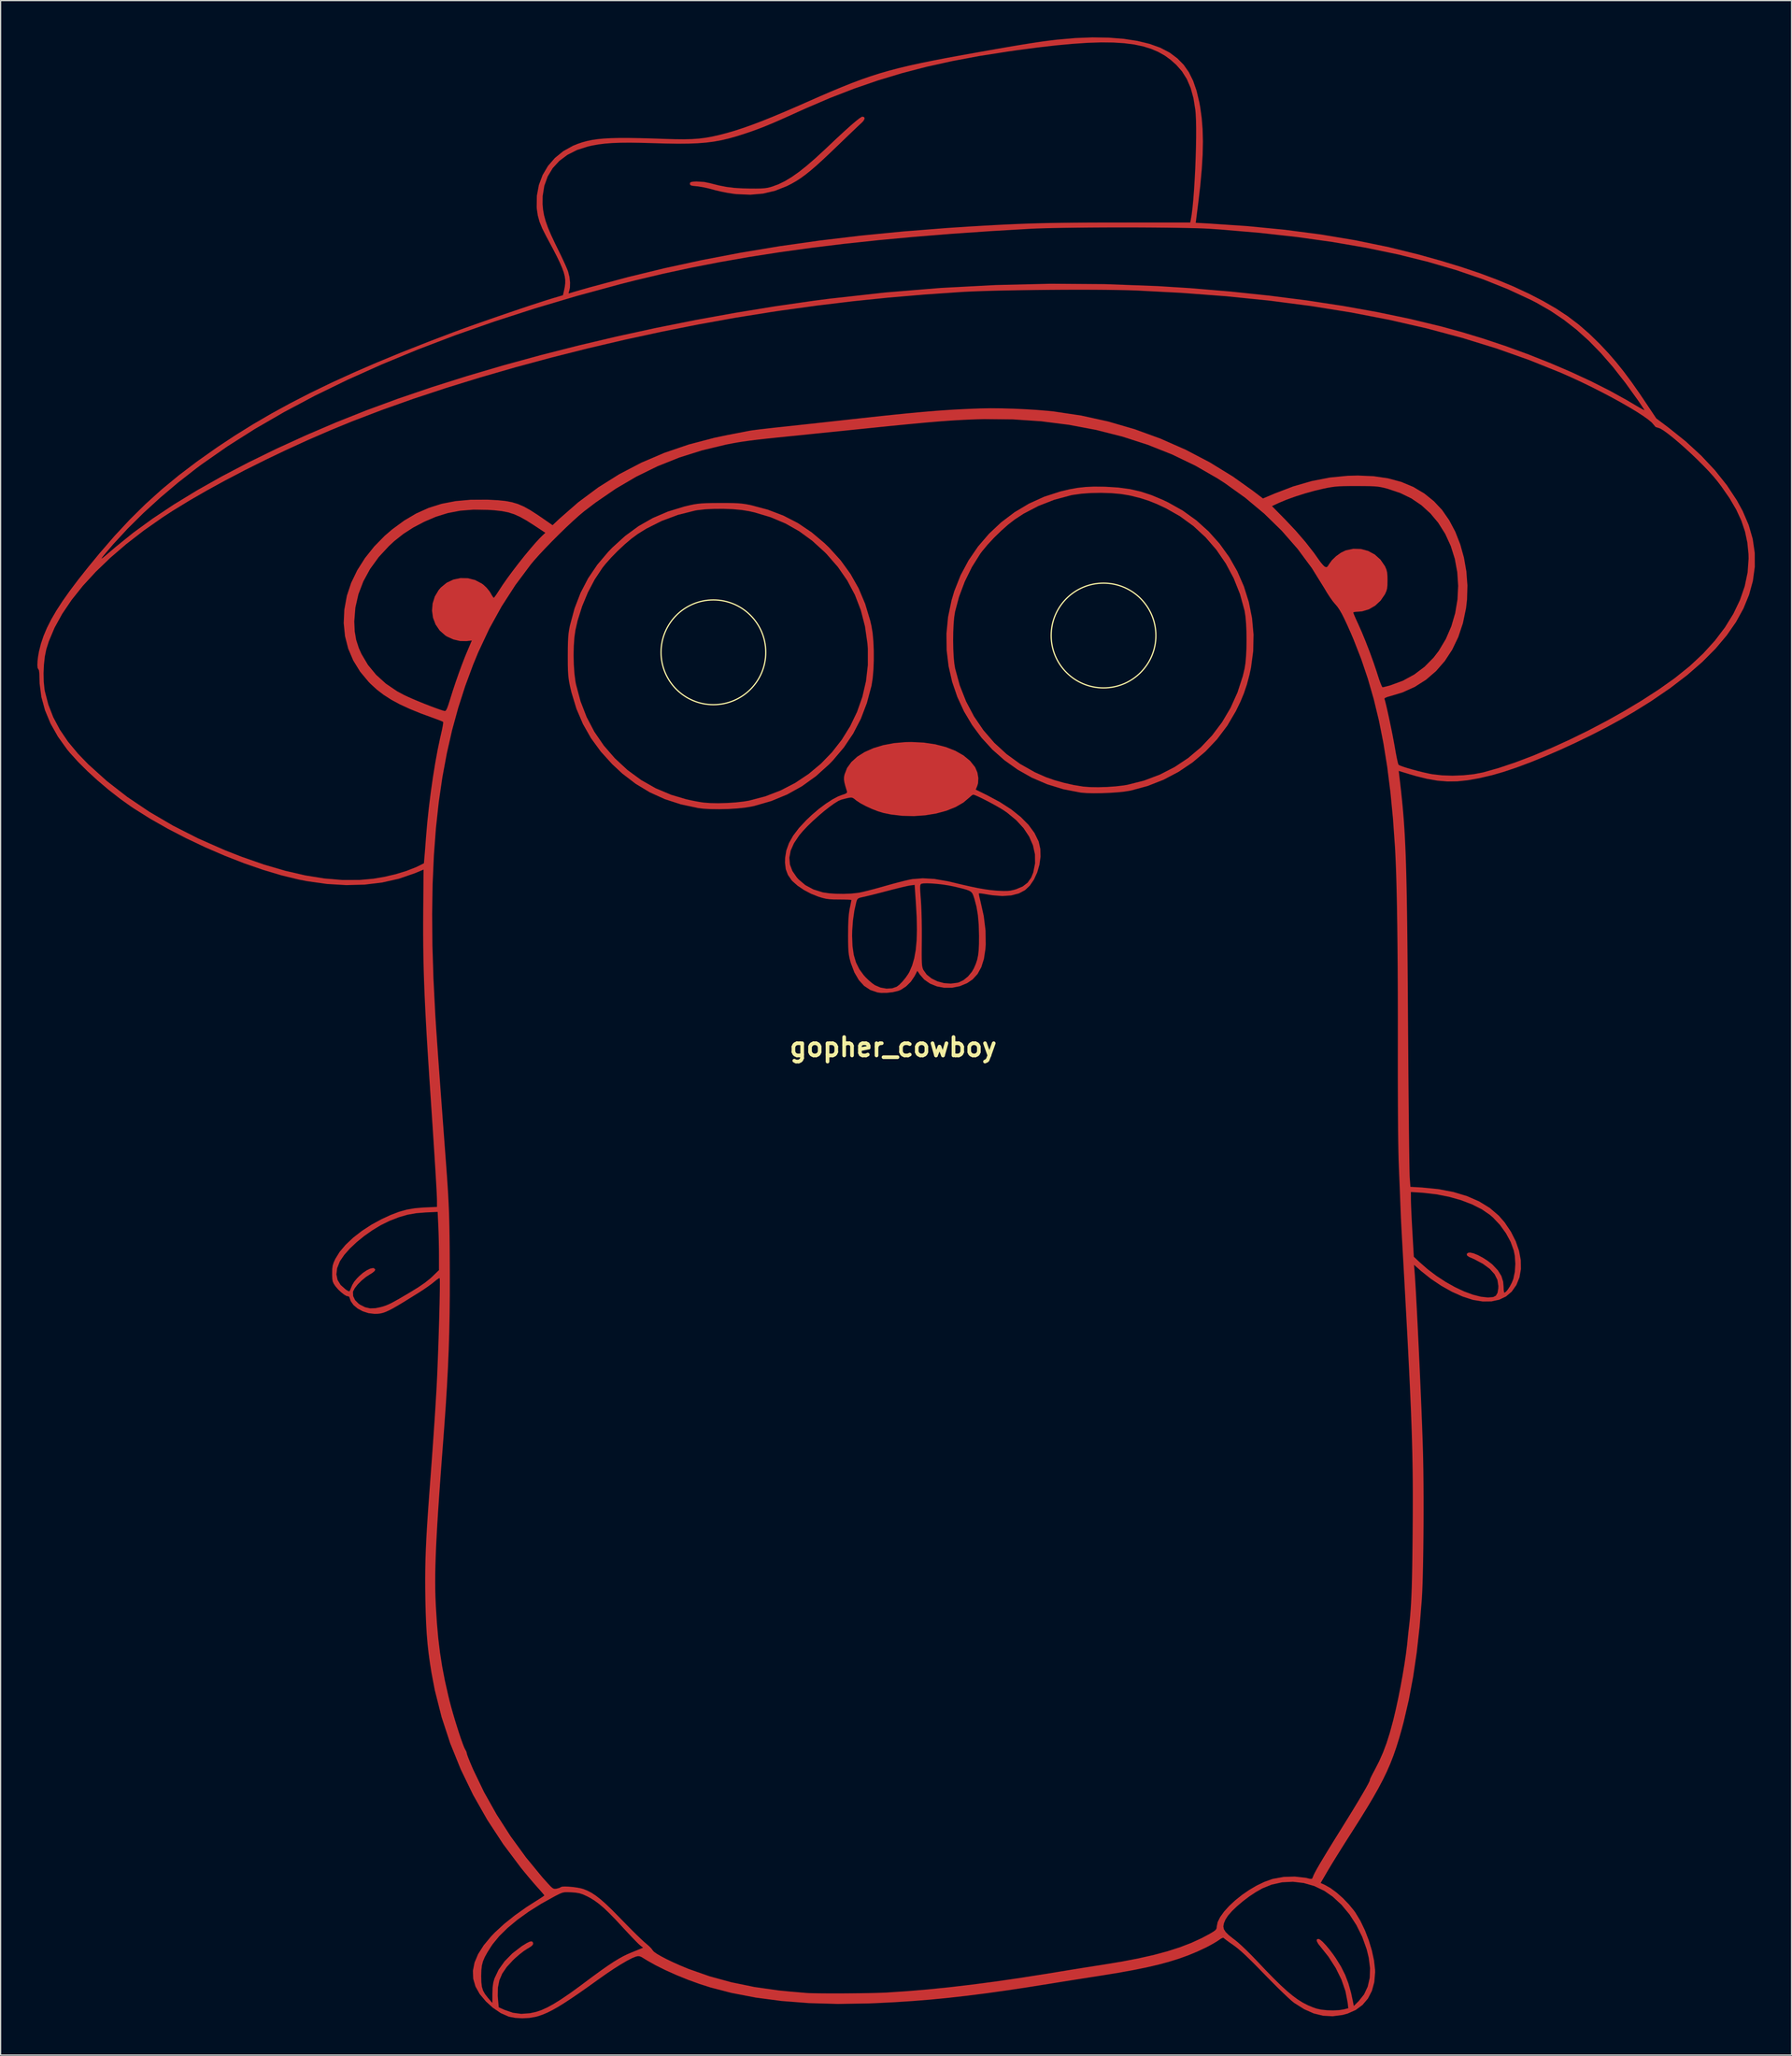
<source format=kicad_pcb>
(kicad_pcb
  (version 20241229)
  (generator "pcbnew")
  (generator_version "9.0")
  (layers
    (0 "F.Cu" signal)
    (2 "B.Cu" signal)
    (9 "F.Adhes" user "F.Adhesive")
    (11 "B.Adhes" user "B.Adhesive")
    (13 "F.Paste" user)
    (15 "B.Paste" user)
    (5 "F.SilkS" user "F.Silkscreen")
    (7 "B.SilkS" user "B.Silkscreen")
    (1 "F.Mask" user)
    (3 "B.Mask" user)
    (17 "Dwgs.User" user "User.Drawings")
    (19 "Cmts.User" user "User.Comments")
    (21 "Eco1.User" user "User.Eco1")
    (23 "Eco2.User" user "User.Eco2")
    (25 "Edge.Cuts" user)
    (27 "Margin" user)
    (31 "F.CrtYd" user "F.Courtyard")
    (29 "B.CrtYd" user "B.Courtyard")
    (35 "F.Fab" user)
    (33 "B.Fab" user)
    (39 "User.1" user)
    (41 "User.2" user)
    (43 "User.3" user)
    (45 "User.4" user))
  (footprint "gopher_cowboy"
    (layer "F.Cu")
    (at 69.881 82.427)
    (property "Reference" "gopher_cowboy" (at 0 0 0) (layer "F.SilkS") (effects (font (size 1.5 1.5) (thickness 0.3))))
    (attr board_only exclude_from_pos_files exclude_from_bom)
    (fp_poly (pts (xy -2.356 -75.91) (xy -2.33 -75.786) (xy -2.424 -75.608) (xy -2.576 -75.449) (xy -2.715 -75.321) (xy -2.952 -75.099) (xy -3.266 -74.8) (xy -3.639 -74.444) (xy -4.051 -74.048) (xy -4.42 -73.692) (xy -5.126 -73.015) (xy -5.735 -72.442) (xy -6.265 -71.961) (xy -6.73 -71.56) (xy -7.147 -71.226) (xy -7.531 -70.945) (xy -7.899 -70.705) (xy -8.266 -70.494) (xy -8.649 -70.299) (xy -8.703 -70.273) (xy -9.643 -69.902) (xy -10.624 -69.672) (xy -11.66 -69.581) (xy -12.768 -69.627) (xy -13.078 -69.663) (xy -13.548 -69.736) (xy -14.063 -69.839) (xy -14.538 -69.952) (xy -14.701 -69.998) (xy -15.113 -70.107) (xy -15.546 -70.199) (xy -15.926 -70.26) (xy -16.027 -70.27) (xy -16.327 -70.3) (xy -16.499 -70.337) (xy -16.577 -70.393) (xy -16.595 -70.479) (xy -16.577 -70.568) (xy -16.498 -70.62) (xy -16.324 -70.649) (xy -16.068 -70.664) (xy -15.421 -70.624) (xy -14.932 -70.519) (xy -14.243 -70.344) (xy -13.613 -70.221) (xy -12.983 -70.142) (xy -12.294 -70.1) (xy -11.726 -70.087) (xy -11.212 -70.084) (xy -10.824 -70.09) (xy -10.526 -70.109) (xy -10.281 -70.143) (xy -10.054 -70.195) (xy -9.86 -70.253) (xy -9.354 -70.441) (xy -8.836 -70.694) (xy -8.292 -71.021) (xy -7.707 -71.433) (xy -7.068 -71.939) (xy -6.361 -72.551) (xy -5.571 -73.277) (xy -5.356 -73.481) (xy -4.625 -74.171) (xy -3.998 -74.751) (xy -3.478 -75.218) (xy -3.065 -75.573) (xy -2.761 -75.813) (xy -2.568 -75.938) (xy -2.507 -75.957)) (stroke (width 0) (type solid)) (fill yes) (layer "F.Cu"))
    (fp_poly (pts (xy 17.185 -45.749) (xy 17.366 -45.744) (xy 18.407 -45.678) (xy 19.346 -45.55) (xy 20.23 -45.347) (xy 21.11 -45.057) (xy 22.034 -44.668) (xy 22.438 -44.476) (xy 23.649 -43.797) (xy 24.761 -42.999) (xy 25.768 -42.092) (xy 26.665 -41.088) (xy 27.447 -39.999) (xy 28.108 -38.837) (xy 28.642 -37.612) (xy 29.044 -36.337) (xy 29.308 -35.023) (xy 29.43 -33.682) (xy 29.403 -32.325) (xy 29.222 -30.965) (xy 29.096 -30.384) (xy 28.887 -29.602) (xy 28.649 -28.894) (xy 28.36 -28.195) (xy 27.992 -27.438) (xy 27.985 -27.424) (xy 27.283 -26.233) (xy 26.453 -25.134) (xy 25.507 -24.135) (xy 24.456 -23.246) (xy 23.311 -22.474) (xy 22.084 -21.828) (xy 20.786 -21.317) (xy 19.428 -20.949) (xy 19.322 -20.927) (xy 18.867 -20.856) (xy 18.301 -20.798) (xy 17.667 -20.756) (xy 17.011 -20.731) (xy 16.376 -20.724) (xy 15.806 -20.738) (xy 15.348 -20.774) (xy 15.297 -20.781) (xy 13.902 -21.05) (xy 12.578 -21.457) (xy 11.33 -21.994) (xy 10.166 -22.651) (xy 9.089 -23.418) (xy 8.107 -24.286) (xy 7.226 -25.246) (xy 6.45 -26.288) (xy 5.786 -27.404) (xy 5.241 -28.583) (xy 4.818 -29.816) (xy 4.526 -31.095) (xy 4.369 -32.408) (xy 4.359 -33.196) (xy 4.9 -33.196) (xy 4.912 -32.514) (xy 4.943 -31.874) (xy 4.996 -31.318) (xy 5.061 -30.918) (xy 5.441 -29.529) (xy 5.958 -28.219) (xy 6.604 -26.997) (xy 7.374 -25.868) (xy 8.263 -24.84) (xy 9.263 -23.922) (xy 10.368 -23.119) (xy 11.574 -22.439) (xy 12.461 -22.045) (xy 13.153 -21.802) (xy 13.936 -21.581) (xy 14.738 -21.399) (xy 15.488 -21.275) (xy 15.54 -21.268) (xy 16.098 -21.226) (xy 16.759 -21.217) (xy 17.469 -21.238) (xy 18.172 -21.287) (xy 18.814 -21.362) (xy 19.132 -21.416) (xy 20.487 -21.759) (xy 21.771 -22.243) (xy 22.977 -22.861) (xy 24.096 -23.605) (xy 25.12 -24.468) (xy 26.042 -25.442) (xy 26.854 -26.518) (xy 27.548 -27.689) (xy 28.116 -28.948) (xy 28.551 -30.286) (xy 28.702 -30.918) (xy 28.77 -31.36) (xy 28.819 -31.921) (xy 28.849 -32.564) (xy 28.859 -33.247) (xy 28.849 -33.932) (xy 28.82 -34.578) (xy 28.771 -35.145) (xy 28.703 -35.595) (xy 28.697 -35.625) (xy 28.323 -36.979) (xy 27.81 -38.265) (xy 27.165 -39.475) (xy 26.395 -40.597) (xy 25.508 -41.621) (xy 24.514 -42.538) (xy 23.418 -43.336) (xy 22.276 -43.984) (xy 21.547 -44.326) (xy 20.881 -44.593) (xy 20.211 -44.809) (xy 19.472 -44.996) (xy 19.233 -45.048) (xy 18.571 -45.155) (xy 17.803 -45.221) (xy 16.978 -45.246) (xy 16.148 -45.231) (xy 15.362 -45.174) (xy 14.67 -45.077) (xy 14.526 -45.048) (xy 13.158 -44.679) (xy 11.863 -44.175) (xy 10.655 -43.543) (xy 9.941 -43.078) (xy 9.403 -42.662) (xy 8.825 -42.152) (xy 8.248 -41.589) (xy 7.712 -41.014) (xy 7.258 -40.466) (xy 7.116 -40.274) (xy 6.434 -39.19) (xy 5.851 -38.005) (xy 5.382 -36.76) (xy 5.057 -35.544) (xy 4.987 -35.095) (xy 4.938 -34.528) (xy 4.909 -33.881) (xy 4.9 -33.196) (xy 4.359 -33.196) (xy 4.353 -33.748) (xy 4.484 -35.105) (xy 4.768 -36.47) (xy 4.996 -37.234) (xy 5.507 -38.519) (xy 6.156 -39.733) (xy 6.932 -40.865) (xy 7.824 -41.904) (xy 8.822 -42.841) (xy 9.914 -43.665) (xy 11.089 -44.366) (xy 12.337 -44.933) (xy 13.646 -45.356) (xy 13.672 -45.363) (xy 14.403 -45.536) (xy 15.065 -45.655) (xy 15.714 -45.727) (xy 16.403 -45.757)) (stroke (width 0) (type solid)) (fill yes) (layer "F.Cu"))
    (fp_poly (pts (xy -13.517 -44.42) (xy -13.042 -44.412) (xy -12.659 -44.395) (xy -12.335 -44.366) (xy -12.034 -44.324) (xy -11.722 -44.264) (xy -11.604 -44.239) (xy -10.23 -43.873) (xy -8.958 -43.388) (xy -7.773 -42.776) (xy -6.659 -42.028) (xy -5.598 -41.134) (xy -5.23 -40.78) (xy -4.284 -39.736) (xy -3.482 -38.631) (xy -2.817 -37.452) (xy -2.283 -36.187) (xy -1.872 -34.824) (xy -1.768 -34.372) (xy -1.674 -33.797) (xy -1.612 -33.107) (xy -1.58 -32.348) (xy -1.579 -31.565) (xy -1.609 -30.804) (xy -1.67 -30.108) (xy -1.761 -29.524) (xy -1.768 -29.493) (xy -2.141 -28.096) (xy -2.635 -26.802) (xy -3.259 -25.597) (xy -4.018 -24.468) (xy -4.919 -23.403) (xy -5.23 -23.083) (xy -6.302 -22.117) (xy -7.442 -21.298) (xy -8.655 -20.623) (xy -9.947 -20.088) (xy -11.325 -19.691) (xy -11.564 -19.638) (xy -12.098 -19.549) (xy -12.741 -19.482) (xy -13.447 -19.439) (xy -14.17 -19.421) (xy -14.864 -19.428) (xy -15.483 -19.463) (xy -15.911 -19.514) (xy -17.324 -19.814) (xy -18.638 -20.24) (xy -19.867 -20.797) (xy -21.022 -21.492) (xy -22.115 -22.33) (xy -22.928 -23.084) (xy -23.874 -24.127) (xy -24.673 -25.22) (xy -25.332 -26.379) (xy -25.862 -27.621) (xy -26.27 -28.96) (xy -26.386 -29.458) (xy -26.452 -29.782) (xy -26.5 -30.083) (xy -26.533 -30.395) (xy -26.554 -30.753) (xy -26.565 -31.192) (xy -26.568 -31.747) (xy -26.568 -31.973) (xy -26.568 -31.984) (xy -26.092 -31.984) (xy -26.073 -31.211) (xy -26.022 -30.477) (xy -25.937 -29.831) (xy -25.897 -29.62) (xy -25.526 -28.233) (xy -25.026 -26.941) (xy -24.393 -25.737) (xy -23.622 -24.614) (xy -22.729 -23.585) (xy -21.695 -22.626) (xy -20.58 -21.807) (xy -19.387 -21.13) (xy -18.119 -20.597) (xy -16.916 -20.24) (xy -16.486 -20.144) (xy -16.035 -20.055) (xy -15.634 -19.987) (xy -15.492 -19.967) (xy -14.934 -19.923) (xy -14.272 -19.911) (xy -13.558 -19.931) (xy -12.847 -19.978) (xy -12.192 -20.052) (xy -11.767 -20.124) (xy -10.439 -20.472) (xy -9.181 -20.957) (xy -8 -21.569) (xy -6.903 -22.3) (xy -5.898 -23.137) (xy -4.992 -24.073) (xy -4.194 -25.096) (xy -3.509 -26.198) (xy -2.947 -27.367) (xy -2.514 -28.594) (xy -2.218 -29.87) (xy -2.066 -31.184) (xy -2.066 -32.526) (xy -2.097 -32.939) (xy -2.3 -34.347) (xy -2.641 -35.669) (xy -3.121 -36.914) (xy -3.746 -38.089) (xy -4.517 -39.201) (xy -5.439 -40.256) (xy -5.597 -40.416) (xy -6.609 -41.335) (xy -7.667 -42.107) (xy -8.787 -42.742) (xy -9.99 -43.25) (xy -11.292 -43.641) (xy -11.767 -43.75) (xy -12.367 -43.847) (xy -13.073 -43.911) (xy -13.837 -43.942) (xy -14.609 -43.939) (xy -15.34 -43.903) (xy -15.981 -43.831) (xy -16.189 -43.795) (xy -17.572 -43.446) (xy -18.9 -42.951) (xy -20.155 -42.32) (xy -20.853 -41.887) (xy -21.358 -41.515) (xy -21.914 -41.045) (xy -22.482 -40.515) (xy -23.024 -39.962) (xy -23.5 -39.424) (xy -23.743 -39.117) (xy -24.368 -38.175) (xy -24.925 -37.118) (xy -25.395 -35.986) (xy -25.763 -34.819) (xy -25.942 -34.042) (xy -26.027 -33.449) (xy -26.076 -32.746) (xy -26.092 -31.984) (xy -26.568 -31.984) (xy -26.564 -32.585) (xy -26.553 -33.069) (xy -26.534 -33.459) (xy -26.503 -33.788) (xy -26.457 -34.091) (xy -26.396 -34.402) (xy -26.388 -34.435) (xy -26.016 -35.811) (xy -25.526 -37.083) (xy -24.91 -38.267) (xy -24.157 -39.38) (xy -23.26 -40.438) (xy -22.928 -40.781) (xy -21.885 -41.728) (xy -20.792 -42.528) (xy -19.633 -43.189) (xy -18.392 -43.72) (xy -17.053 -44.13) (xy -16.582 -44.241) (xy -16.269 -44.305) (xy -15.967 -44.352) (xy -15.642 -44.384) (xy -15.26 -44.405) (xy -14.787 -44.416) (xy -14.19 -44.42) (xy -14.12 -44.421)) (stroke (width 0) (type solid)) (fill yes) (layer "F.Cu"))
    (fp_poly (pts (xy 2.499 -24.86) (xy 3.442 -24.72) (xy 4.306 -24.496) (xy 5.077 -24.193) (xy 5.739 -23.817) (xy 6.279 -23.374) (xy 6.682 -22.87) (xy 6.707 -22.827) (xy 6.881 -22.417) (xy 6.959 -21.967) (xy 6.935 -21.539) (xy 6.871 -21.323) (xy 6.745 -21.021) (xy 7.653 -20.577) (xy 8.711 -20.011) (xy 9.635 -19.414) (xy 10.418 -18.791) (xy 11.055 -18.146) (xy 11.542 -17.485) (xy 11.872 -16.811) (xy 11.891 -16.758) (xy 12.02 -16.178) (xy 12.036 -15.547) (xy 11.949 -14.897) (xy 11.767 -14.263) (xy 11.501 -13.681) (xy 11.161 -13.183) (xy 10.773 -12.816) (xy 10.264 -12.545) (xy 9.644 -12.384) (xy 8.922 -12.334) (xy 8.107 -12.396) (xy 7.709 -12.461) (xy 7.4 -12.515) (xy 7.157 -12.548) (xy 7.02 -12.554) (xy 7.004 -12.55) (xy 7.006 -12.459) (xy 7.045 -12.253) (xy 7.114 -11.974) (xy 7.129 -11.916) (xy 7.401 -10.7) (xy 7.546 -9.517) (xy 7.562 -8.393) (xy 7.536 -8.007) (xy 7.413 -7.201) (xy 7.201 -6.527) (xy 6.897 -5.973) (xy 6.494 -5.532) (xy 6.046 -5.225) (xy 5.444 -4.974) (xy 4.814 -4.848) (xy 4.182 -4.845) (xy 3.575 -4.957) (xy 3.019 -5.181) (xy 2.541 -5.512) (xy 2.188 -5.916) (xy 1.978 -6.227) (xy 1.748 -5.788) (xy 1.448 -5.341) (xy 1.062 -4.96) (xy 0.635 -4.681) (xy 0.42 -4.593) (xy -0.025 -4.487) (xy -0.516 -4.43) (xy -0.984 -4.427) (xy -1.271 -4.463) (xy -1.859 -4.663) (xy -2.37 -5) (xy -2.805 -5.478) (xy -3.166 -6.098) (xy -3.455 -6.861) (xy -3.507 -7.043) (xy -3.571 -7.299) (xy -3.617 -7.551) (xy -3.649 -7.833) (xy -3.667 -8.18) (xy -3.677 -8.623) (xy -3.679 -9.089) (xy -3.35 -9.089) (xy -3.317 -8.248) (xy -3.214 -7.532) (xy -3.032 -6.914) (xy -2.763 -6.369) (xy -2.398 -5.87) (xy -2.245 -5.7) (xy -1.984 -5.447) (xy -1.709 -5.215) (xy -1.491 -5.061) (xy -1.032 -4.864) (xy -0.547 -4.777) (xy -0.082 -4.803) (xy 0.289 -4.931) (xy 0.504 -5.093) (xy 0.759 -5.352) (xy 1.017 -5.665) (xy 1.238 -5.987) (xy 1.332 -6.153) (xy 1.554 -6.674) (xy 1.725 -7.264) (xy 1.846 -7.939) (xy 1.917 -8.713) (xy 1.942 -9.601) (xy 1.921 -10.617) (xy 1.863 -11.667) (xy 1.772 -12.993) (xy 2.204 -12.993) (xy 2.215 -12.72) (xy 2.242 -12.325) (xy 2.265 -12.027) (xy 2.294 -11.573) (xy 2.317 -10.998) (xy 2.334 -10.343) (xy 2.343 -9.65) (xy 2.344 -8.96) (xy 2.342 -8.713) (xy 2.336 -8.065) (xy 2.334 -7.559) (xy 2.338 -7.173) (xy 2.348 -6.885) (xy 2.365 -6.674) (xy 2.392 -6.519) (xy 2.428 -6.399) (xy 2.469 -6.307) (xy 2.74 -5.923) (xy 3.132 -5.609) (xy 3.612 -5.373) (xy 4.147 -5.229) (xy 4.707 -5.187) (xy 5.259 -5.258) (xy 5.372 -5.289) (xy 5.746 -5.471) (xy 6.113 -5.771) (xy 6.428 -6.15) (xy 6.586 -6.423) (xy 6.742 -6.776) (xy 6.857 -7.119) (xy 6.936 -7.486) (xy 6.985 -7.911) (xy 7.008 -8.429) (xy 7.013 -9.073) (xy 7.013 -9.089) (xy 6.988 -9.99) (xy 6.921 -10.769) (xy 6.806 -11.46) (xy 6.639 -12.098) (xy 6.587 -12.259) (xy 6.521 -12.44) (xy 6.449 -12.579) (xy 6.346 -12.687) (xy 6.189 -12.777) (xy 5.954 -12.862) (xy 5.617 -12.954) (xy 5.155 -13.066) (xy 4.95 -13.113) (xy 4.533 -13.197) (xy 4.075 -13.268) (xy 3.607 -13.323) (xy 3.163 -13.359) (xy 2.775 -13.374) (xy 2.476 -13.366) (xy 2.297 -13.331) (xy 2.28 -13.322) (xy 2.237 -13.269) (xy 2.212 -13.168) (xy 2.204 -12.993) (xy 1.772 -12.993) (xy 1.755 -13.245) (xy 1.385 -13.195) (xy 1.188 -13.158) (xy 0.868 -13.086) (xy 0.456 -12.988) (xy -0.016 -12.87) (xy -0.487 -12.747) (xy -0.993 -12.615) (xy -1.479 -12.49) (xy -1.91 -12.383) (xy -2.25 -12.301) (xy -2.452 -12.256) (xy -2.717 -12.195) (xy -2.866 -12.128) (xy -2.948 -12.022) (xy -3.002 -11.863) (xy -3.163 -11.153) (xy -3.279 -10.348) (xy -3.341 -9.513) (xy -3.35 -9.089) (xy -3.679 -9.089) (xy -3.679 -9.17) (xy -3.673 -9.853) (xy -3.653 -10.403) (xy -3.617 -10.848) (xy -3.564 -11.218) (xy -3.544 -11.32) (xy -3.481 -11.626) (xy -3.434 -11.865) (xy -3.41 -11.997) (xy -3.408 -12.01) (xy -3.484 -12.026) (xy -3.691 -12.039) (xy -3.999 -12.047) (xy -4.376 -12.051) (xy -4.402 -12.051) (xy -4.856 -12.055) (xy -5.201 -12.074) (xy -5.49 -12.113) (xy -5.776 -12.181) (xy -6.112 -12.285) (xy -6.115 -12.286) (xy -6.711 -12.524) (xy -7.29 -12.831) (xy -7.809 -13.182) (xy -8.221 -13.547) (xy -8.298 -13.632) (xy -8.593 -14.059) (xy -8.768 -14.525) (xy -8.832 -15.067) (xy -8.822 -15.444) (xy -8.819 -15.466) (xy -8.475 -15.466) (xy -8.428 -14.913) (xy -8.224 -14.377) (xy -7.863 -13.853) (xy -7.711 -13.684) (xy -7.173 -13.229) (xy -6.52 -12.879) (xy -5.771 -12.642) (xy -5.721 -12.631) (xy -5.241 -12.56) (xy -4.66 -12.52) (xy -4.034 -12.512) (xy -3.422 -12.536) (xy -2.88 -12.593) (xy -2.759 -12.613) (xy -2.484 -12.672) (xy -2.092 -12.767) (xy -1.618 -12.89) (xy -1.102 -13.03) (xy -0.609 -13.17) (xy -0.084 -13.318) (xy 0.435 -13.456) (xy 0.909 -13.576) (xy 1.302 -13.667) (xy 1.562 -13.717) (xy 2.422 -13.785) (xy 3.381 -13.728) (xy 4.44 -13.547) (xy 4.747 -13.476) (xy 5.605 -13.271) (xy 6.331 -13.107) (xy 6.948 -12.98) (xy 7.481 -12.886) (xy 7.952 -12.821) (xy 8.386 -12.779) (xy 8.57 -12.767) (xy 9.001 -12.749) (xy 9.323 -12.751) (xy 9.589 -12.778) (xy 9.85 -12.836) (xy 10.04 -12.891) (xy 10.573 -13.112) (xy 10.977 -13.421) (xy 11.272 -13.837) (xy 11.442 -14.259) (xy 11.59 -15.001) (xy 11.58 -15.743) (xy 11.416 -16.476) (xy 11.104 -17.19) (xy 10.646 -17.877) (xy 10.047 -18.528) (xy 9.312 -19.134) (xy 9.069 -19.303) (xy 8.797 -19.474) (xy 8.454 -19.673) (xy 8.069 -19.886) (xy 7.672 -20.096) (xy 7.292 -20.289) (xy 6.959 -20.449) (xy 6.703 -20.561) (xy 6.553 -20.61) (xy 6.541 -20.611) (xy 6.43 -20.556) (xy 6.274 -20.422) (xy 6.251 -20.398) (xy 5.736 -19.963) (xy 5.095 -19.594) (xy 4.347 -19.295) (xy 3.517 -19.07) (xy 2.626 -18.923) (xy 1.697 -18.858) (xy 0.752 -18.88) (xy -0.187 -18.991) (xy -0.798 -19.118) (xy -1.242 -19.252) (xy -1.734 -19.444) (xy -2.225 -19.669) (xy -2.665 -19.904) (xy -3.003 -20.126) (xy -3.036 -20.152) (xy -3.181 -20.269) (xy -3.295 -20.343) (xy -3.413 -20.373) (xy -3.572 -20.361) (xy -3.81 -20.309) (xy -4.162 -20.218) (xy -4.238 -20.198) (xy -4.483 -20.092) (xy -4.815 -19.886) (xy -5.211 -19.6) (xy -5.65 -19.254) (xy -6.106 -18.866) (xy -6.559 -18.457) (xy -6.984 -18.046) (xy -7.359 -17.652) (xy -7.66 -17.296) (xy -7.671 -17.281) (xy -8.097 -16.645) (xy -8.365 -16.042) (xy -8.475 -15.466) (xy -8.819 -15.466) (xy -8.724 -16.052) (xy -8.509 -16.652) (xy -8.169 -17.259) (xy -7.695 -17.884) (xy -7.081 -18.541) (xy -6.627 -18.969) (xy -6.069 -19.444) (xy -5.509 -19.864) (xy -4.977 -20.21) (xy -4.5 -20.464) (xy -4.194 -20.582) (xy -3.934 -20.669) (xy -3.8 -20.741) (xy -3.762 -20.82) (xy -3.776 -20.892) (xy -3.904 -21.309) (xy -3.982 -21.614) (xy -4.015 -21.848) (xy -4.009 -22.049) (xy -3.971 -22.253) (xy -3.763 -22.787) (xy -3.41 -23.276) (xy -2.926 -23.714) (xy -2.323 -24.092) (xy -1.613 -24.407) (xy -0.811 -24.651) (xy 0.072 -24.818) (xy 1.022 -24.901) (xy 1.492 -24.91)) (stroke (width 0) (type solid)) (fill yes) (layer "F.Cu"))
    (fp_poly (pts (xy 17.599 -82.405) (xy 18.822 -82.309) (xy 19.939 -82.139) (xy 20.939 -81.897) (xy 21.813 -81.583) (xy 22.551 -81.199) (xy 22.612 -81.16) (xy 23.214 -80.709) (xy 23.723 -80.19) (xy 24.146 -79.588) (xy 24.495 -78.886) (xy 24.778 -78.068) (xy 25.004 -77.116) (xy 25.074 -76.734) (xy 25.196 -75.86) (xy 25.27 -74.931) (xy 25.296 -73.932) (xy 25.274 -72.845) (xy 25.202 -71.653) (xy 25.082 -70.339) (xy 24.927 -69.007) (xy 24.71 -67.291) (xy 25.725 -67.237) (xy 28.923 -67.021) (xy 31.99 -66.721) (xy 34.93 -66.336) (xy 37.75 -65.865) (xy 40.458 -65.307) (xy 42.888 -64.708) (xy 44.703 -64.201) (xy 46.372 -63.692) (xy 47.909 -63.175) (xy 49.331 -62.643) (xy 50.653 -62.093) (xy 51.891 -61.517) (xy 51.896 -61.515) (xy 53.078 -60.905) (xy 54.132 -60.295) (xy 55.089 -59.663) (xy 55.98 -58.986) (xy 56.839 -58.241) (xy 57.696 -57.405) (xy 57.779 -57.319) (xy 58.428 -56.625) (xy 59.047 -55.911) (xy 59.658 -55.149) (xy 60.283 -54.311) (xy 60.944 -53.369) (xy 61.31 -52.827) (xy 62.316 -51.324) (xy 63.354 -50.543) (xy 64.744 -49.428) (xy 65.999 -48.272) (xy 67.113 -47.083) (xy 68.082 -45.868) (xy 68.898 -44.632) (xy 69.374 -43.762) (xy 69.863 -42.623) (xy 70.191 -41.485) (xy 70.357 -40.345) (xy 70.361 -39.203) (xy 70.204 -38.054) (xy 69.894 -36.923) (xy 69.435 -35.804) (xy 68.826 -34.698) (xy 68.064 -33.604) (xy 67.149 -32.52) (xy 66.078 -31.444) (xy 64.851 -30.376) (xy 63.465 -29.314) (xy 61.92 -28.256) (xy 60.549 -27.4) (xy 59.43 -26.751) (xy 58.241 -26.103) (xy 57.006 -25.468) (xy 55.746 -24.856) (xy 54.485 -24.275) (xy 53.244 -23.737) (xy 52.046 -23.25) (xy 50.913 -22.826) (xy 49.868 -22.474) (xy 48.932 -22.204) (xy 48.894 -22.194) (xy 47.855 -21.951) (xy 46.925 -21.785) (xy 46.069 -21.696) (xy 45.251 -21.686) (xy 44.437 -21.754) (xy 43.593 -21.901) (xy 42.683 -22.127) (xy 42.185 -22.273) (xy 41.285 -22.546) (xy 41.339 -22.086) (xy 41.415 -21.44) (xy 41.485 -20.822) (xy 41.548 -20.222) (xy 41.606 -19.63) (xy 41.658 -19.038) (xy 41.706 -18.434) (xy 41.748 -17.811) (xy 41.787 -17.157) (xy 41.821 -16.465) (xy 41.852 -15.723) (xy 41.88 -14.922) (xy 41.904 -14.053) (xy 41.926 -13.106) (xy 41.946 -12.072) (xy 41.964 -10.941) (xy 41.98 -9.703) (xy 41.995 -8.348) (xy 42.009 -6.868) (xy 42.022 -5.252) (xy 42.035 -3.491) (xy 42.045 -1.988) (xy 42.055 -0.6) (xy 42.065 0.752) (xy 42.075 2.059) (xy 42.086 3.311) (xy 42.097 4.498) (xy 42.108 5.609) (xy 42.118 6.637) (xy 42.129 7.569) (xy 42.139 8.398) (xy 42.149 9.113) (xy 42.158 9.704) (xy 42.167 10.161) (xy 42.175 10.475) (xy 42.182 10.631) (xy 42.239 11.402) (xy 43.172 11.456) (xy 44.521 11.59) (xy 45.752 11.824) (xy 46.863 12.159) (xy 47.852 12.592) (xy 48.716 13.123) (xy 49.453 13.751) (xy 49.93 14.297) (xy 50.448 15.068) (xy 50.843 15.849) (xy 51.111 16.627) (xy 51.252 17.387) (xy 51.264 18.114) (xy 51.146 18.794) (xy 50.896 19.413) (xy 50.513 19.956) (xy 50.51 19.959) (xy 50.049 20.351) (xy 49.493 20.618) (xy 48.855 20.756) (xy 48.145 20.763) (xy 47.375 20.638) (xy 47.318 20.624) (xy 46.499 20.358) (xy 45.634 19.971) (xy 44.759 19.482) (xy 43.907 18.911) (xy 43.136 18.296) (xy 42.534 17.771) (xy 42.57 18.197) (xy 42.601 18.601) (xy 42.637 19.15) (xy 42.677 19.827) (xy 42.721 20.615) (xy 42.768 21.498) (xy 42.818 22.458) (xy 42.868 23.48) (xy 42.919 24.544) (xy 42.97 25.636) (xy 43.02 26.737) (xy 43.068 27.831) (xy 43.114 28.901) (xy 43.156 29.93) (xy 43.194 30.902) (xy 43.226 31.798) (xy 43.253 32.603) (xy 43.261 32.866) (xy 43.282 33.7) (xy 43.298 34.63) (xy 43.308 35.634) (xy 43.314 36.692) (xy 43.315 37.781) (xy 43.312 38.88) (xy 43.304 39.968) (xy 43.292 41.022) (xy 43.276 42.022) (xy 43.256 42.946) (xy 43.232 43.771) (xy 43.204 44.478) (xy 43.174 45.038) (xy 42.992 47.3) (xy 42.755 49.422) (xy 42.46 51.416) (xy 42.106 53.296) (xy 41.691 55.075) (xy 41.543 55.63) (xy 41.321 56.412) (xy 41.096 57.134) (xy 40.86 57.815) (xy 40.604 58.474) (xy 40.318 59.131) (xy 39.993 59.803) (xy 39.619 60.511) (xy 39.188 61.272) (xy 38.69 62.107) (xy 38.117 63.034) (xy 37.458 64.072) (xy 37.409 64.149) (xy 37.037 64.732) (xy 36.664 65.323) (xy 36.306 65.895) (xy 35.981 66.419) (xy 35.708 66.867) (xy 35.502 67.211) (xy 35.483 67.244) (xy 34.91 68.229) (xy 35.245 68.38) (xy 35.708 68.641) (xy 36.214 69.013) (xy 36.727 69.467) (xy 37.214 69.971) (xy 37.641 70.495) (xy 37.749 70.646) (xy 38.156 71.319) (xy 38.525 72.088) (xy 38.842 72.912) (xy 39.095 73.751) (xy 39.27 74.562) (xy 39.353 75.307) (xy 39.358 75.515) (xy 39.291 76.321) (xy 39.093 77.04) (xy 38.77 77.664) (xy 38.328 78.185) (xy 37.772 78.598) (xy 37.107 78.893) (xy 36.691 79.005) (xy 35.887 79.108) (xy 35.109 79.067) (xy 34.341 78.878) (xy 33.571 78.537) (xy 32.785 78.042) (xy 32.693 77.975) (xy 32.502 77.817) (xy 32.218 77.56) (xy 31.86 77.221) (xy 31.446 76.819) (xy 30.996 76.37) (xy 30.526 75.895) (xy 30.317 75.679) (xy 29.728 75.075) (xy 29.232 74.577) (xy 28.814 74.172) (xy 28.46 73.846) (xy 28.154 73.584) (xy 27.882 73.374) (xy 27.755 73.284) (xy 27.454 73.074) (xy 27.205 72.892) (xy 27.037 72.761) (xy 26.981 72.709) (xy 26.896 72.707) (xy 26.733 72.794) (xy 26.633 72.867) (xy 26.433 73.003) (xy 26.133 73.181) (xy 25.778 73.376) (xy 25.522 73.507) (xy 24.822 73.835) (xy 24.102 74.133) (xy 23.345 74.407) (xy 22.532 74.66) (xy 21.648 74.898) (xy 20.675 75.124) (xy 19.595 75.343) (xy 18.391 75.561) (xy 17.046 75.78) (xy 16.717 75.831) (xy 16.063 75.933) (xy 15.308 76.052) (xy 14.508 76.178) (xy 13.723 76.304) (xy 13.01 76.419) (xy 12.903 76.437) (xy 10.994 76.741) (xy 9.22 77.008) (xy 7.558 77.24) (xy 5.987 77.439) (xy 4.485 77.608) (xy 3.028 77.75) (xy 1.594 77.866) (xy 0.162 77.96) (xy -1.292 78.033) (xy -2.048 78.063) (xy -4.521 78.103) (xy -6.875 78.036) (xy -9.11 77.863) (xy -11.224 77.584) (xy -13.217 77.199) (xy -14.888 76.766) (xy -15.802 76.475) (xy -16.747 76.132) (xy -17.686 75.751) (xy -18.585 75.349) (xy -19.406 74.94) (xy -20.113 74.542) (xy -20.282 74.436) (xy -20.532 74.284) (xy -20.704 74.211) (xy -20.85 74.203) (xy -21.012 74.242) (xy -21.319 74.365) (xy -21.733 74.579) (xy -22.233 74.871) (xy -22.801 75.229) (xy -23.417 75.642) (xy -23.961 76.026) (xy -24.848 76.661) (xy -25.62 77.204) (xy -26.292 77.662) (xy -26.876 78.044) (xy -27.385 78.358) (xy -27.834 78.611) (xy -28.235 78.812) (xy -28.602 78.969) (xy -28.948 79.089) (xy -29.185 79.156) (xy -29.71 79.247) (xy -30.289 79.275) (xy -30.857 79.243) (xy -31.348 79.149) (xy -31.406 79.132) (xy -32.046 78.849) (xy -32.69 78.41) (xy -33.256 77.896) (xy -33.76 77.296) (xy -34.105 76.68) (xy -34.29 76.047) (xy -34.299 75.835) (xy -33.637 75.835) (xy -33.625 76.326) (xy -33.58 76.702) (xy -33.486 77.009) (xy -33.327 77.295) (xy -33.087 77.605) (xy -33.006 77.699) (xy -32.726 78.022) (xy -32.723 77.253) (xy -32.706 76.754) (xy -32.652 76.359) (xy -32.557 76.024) (xy -32.216 75.305) (xy -31.726 74.618) (xy -31.097 73.978) (xy -30.341 73.396) (xy -30.277 73.354) (xy -29.919 73.133) (xy -29.668 73.013) (xy -29.507 72.992) (xy -29.42 73.065) (xy -29.395 73.158) (xy -29.421 73.269) (xy -29.543 73.392) (xy -29.786 73.55) (xy -29.88 73.603) (xy -30.156 73.784) (xy -30.492 74.044) (xy -30.839 74.341) (xy -31.046 74.536) (xy -31.552 75.089) (xy -31.917 75.622) (xy -32.152 76.17) (xy -32.271 76.765) (xy -32.285 77.44) (xy -32.261 77.765) (xy -32.204 78.374) (xy -31.736 78.584) (xy -31.053 78.821) (xy -30.366 78.912) (xy -29.645 78.858) (xy -29.133 78.744) (xy -28.709 78.6) (xy -28.235 78.384) (xy -27.7 78.089) (xy -27.09 77.708) (xy -26.392 77.233) (xy -25.595 76.656) (xy -25.265 76.409) (xy -24.511 75.848) (xy -23.866 75.378) (xy -23.312 74.99) (xy -22.834 74.672) (xy -22.413 74.414) (xy -22.034 74.204) (xy -21.679 74.032) (xy -21.43 73.926) (xy -21.113 73.797) (xy -20.832 73.683) (xy -20.64 73.604) (xy -20.616 73.594) (xy -20.418 73.511) (xy -20.669 73.314) (xy -20.797 73.197) (xy -21.015 72.98) (xy -21.301 72.684) (xy -21.635 72.331) (xy -21.998 71.941) (xy -22.12 71.808) (xy -22.695 71.19) (xy -23.189 70.685) (xy -23.621 70.274) (xy -24.008 69.944) (xy -24.37 69.677) (xy -24.725 69.457) (xy -24.979 69.323) (xy -25.323 69.165) (xy -25.615 69.069) (xy -25.929 69.017) (xy -26.26 68.993) (xy -26.589 68.979) (xy -26.825 68.986) (xy -27.025 69.028) (xy -27.245 69.117) (xy -27.542 69.266) (xy -27.615 69.304) (xy -28.731 69.923) (xy -29.758 70.57) (xy -30.682 71.234) (xy -31.488 71.905) (xy -32.165 72.571) (xy -32.699 73.223) (xy -32.817 73.395) (xy -33.123 73.879) (xy -33.344 74.275) (xy -33.492 74.625) (xy -33.581 74.969) (xy -33.624 75.348) (xy -33.637 75.803) (xy -33.637 75.835) (xy -34.299 75.835) (xy -34.316 75.395) (xy -34.182 74.724) (xy -33.889 74.031) (xy -33.436 73.317) (xy -32.822 72.579) (xy -32.511 72.256) (xy -31.76 71.567) (xy -30.888 70.87) (xy -29.932 70.193) (xy -29.292 69.783) (xy -28.976 69.585) (xy -28.717 69.418) (xy -28.544 69.298) (xy -28.484 69.245) (xy -28.535 69.172) (xy -28.673 69.006) (xy -28.877 68.772) (xy -29.082 68.543) (xy -29.371 68.215) (xy -29.717 67.811) (xy -30.075 67.38) (xy -30.404 66.976) (xy -30.405 66.975) (xy -31.843 65.057) (xy -33.141 63.077) (xy -34.297 61.042) (xy -35.306 58.96) (xy -36.166 56.837) (xy -36.873 54.683) (xy -37.424 52.502) (xy -37.692 51.1) (xy -37.825 50.263) (xy -37.933 49.479) (xy -38.018 48.712) (xy -38.084 47.926) (xy -38.134 47.086) (xy -38.17 46.156) (xy -38.196 45.102) (xy -38.197 45.038) (xy -38.209 44.2) (xy -38.212 43.399) (xy -38.205 42.612) (xy -38.188 41.815) (xy -38.159 40.987) (xy -38.117 40.103) (xy -38.062 39.14) (xy -37.993 38.075) (xy -37.909 36.885) (xy -37.855 36.152) (xy -37.76 34.887) (xy -37.677 33.761) (xy -37.604 32.756) (xy -37.54 31.849) (xy -37.483 31.019) (xy -37.431 30.245) (xy -37.384 29.507) (xy -37.34 28.783) (xy -37.296 28.051) (xy -37.291 27.956) (xy -37.262 27.42) (xy -37.233 26.8) (xy -37.204 26.113) (xy -37.175 25.377) (xy -37.147 24.608) (xy -37.12 23.824) (xy -37.096 23.042) (xy -37.073 22.277) (xy -37.054 21.549) (xy -37.037 20.873) (xy -37.025 20.267) (xy -37.017 19.747) (xy -37.014 19.331) (xy -37.016 19.036) (xy -37.024 18.878) (xy -37.029 18.856) (xy -37.11 18.88) (xy -37.273 18.99) (xy -37.463 19.146) (xy -37.69 19.327) (xy -38.01 19.559) (xy -38.38 19.812) (xy -38.705 20.022) (xy -39.408 20.461) (xy -39.991 20.821) (xy -40.471 21.109) (xy -40.863 21.333) (xy -41.186 21.5) (xy -41.454 21.619) (xy -41.686 21.698) (xy -41.896 21.745) (xy -42.102 21.767) (xy -42.321 21.772) (xy -42.36 21.772) (xy -42.845 21.715) (xy -43.312 21.563) (xy -43.73 21.336) (xy -44.067 21.053) (xy -44.292 20.733) (xy -44.36 20.534) (xy -44.425 20.371) (xy -44.508 20.338) (xy -44.64 20.314) (xy -44.842 20.193) (xy -45.08 20.005) (xy -45.32 19.777) (xy -45.527 19.537) (xy -45.564 19.487) (xy -45.688 19.296) (xy -45.761 19.125) (xy -45.797 18.919) (xy -45.809 18.626) (xy -45.809 18.548) (xy -45.461 18.548) (xy -45.364 19.005) (xy -45.113 19.416) (xy -44.707 19.777) (xy -44.614 19.839) (xy -44.458 19.928) (xy -44.379 19.911) (xy -44.315 19.77) (xy -44.308 19.748) (xy -44.172 19.42) (xy -44.016 19.155) (xy -43.796 18.891) (xy -43.615 18.705) (xy -43.305 18.433) (xy -42.989 18.218) (xy -42.701 18.078) (xy -42.474 18.031) (xy -42.405 18.043) (xy -42.289 18.136) (xy -42.331 18.266) (xy -42.53 18.432) (xy -42.705 18.538) (xy -43.063 18.772) (xy -43.412 19.061) (xy -43.72 19.371) (xy -43.957 19.672) (xy -44.093 19.931) (xy -44.108 19.988) (xy -44.092 20.323) (xy -43.934 20.65) (xy -43.653 20.938) (xy -43.532 21.021) (xy -43.119 21.23) (xy -42.713 21.323) (xy -42.267 21.308) (xy -41.847 21.221) (xy -41.629 21.16) (xy -41.421 21.089) (xy -41.202 20.998) (xy -40.947 20.874) (xy -40.635 20.705) (xy -40.241 20.482) (xy -39.744 20.191) (xy -39.445 20.014) (xy -38.777 19.603) (xy -38.241 19.236) (xy -37.818 18.9) (xy -37.64 18.737) (xy -37.086 18.201) (xy -37.086 16.992) (xy -37.09 16.427) (xy -37.102 15.788) (xy -37.119 15.154) (xy -37.14 14.617) (xy -37.193 13.45) (xy -38.174 13.494) (xy -38.946 13.556) (xy -39.649 13.68) (xy -40.345 13.881) (xy -41.097 14.173) (xy -41.143 14.193) (xy -41.825 14.528) (xy -42.514 14.942) (xy -43.184 15.413) (xy -43.809 15.921) (xy -44.363 16.443) (xy -44.819 16.958) (xy -45.152 17.444) (xy -45.186 17.508) (xy -45.402 18.048) (xy -45.461 18.548) (xy -45.809 18.548) (xy -45.809 18.473) (xy -45.801 18.108) (xy -45.766 17.836) (xy -45.689 17.587) (xy -45.554 17.292) (xy -45.549 17.281) (xy -45.197 16.711) (xy -44.705 16.129) (xy -44.091 15.552) (xy -43.376 14.996) (xy -42.578 14.478) (xy -41.772 14.042) (xy -41.024 13.696) (xy -40.355 13.441) (xy -39.719 13.263) (xy -39.071 13.151) (xy -38.364 13.091) (xy -38.283 13.087) (xy -37.248 13.042) (xy -37.248 12.546) (xy -37.255 12.303) (xy -37.272 11.902) (xy -37.302 11.347) (xy -37.342 10.642) (xy -37.394 9.791) (xy -37.456 8.798) (xy -37.529 7.667) (xy -37.612 6.401) (xy -37.705 5.006) (xy -37.772 4.017) (xy -37.884 2.33) (xy -37.983 0.789) (xy -38.07 -0.622) (xy -38.144 -1.921) (xy -38.207 -3.122) (xy -38.259 -4.242) (xy -38.301 -5.297) (xy -38.333 -6.304) (xy -38.356 -7.278) (xy -38.371 -8.235) (xy -38.378 -9.192) (xy -38.378 -10.165) (xy -38.374 -10.866) (xy -37.643 -10.866) (xy -37.62 -8.298) (xy -37.536 -5.598) (xy -37.392 -2.757) (xy -37.365 -2.313) (xy -37.331 -1.779) (xy -37.289 -1.151) (xy -37.238 -0.421) (xy -37.179 0.418) (xy -37.111 1.372) (xy -37.032 2.45) (xy -36.944 3.658) (xy -36.844 5.004) (xy -36.733 6.494) (xy -36.61 8.136) (xy -36.557 8.845) (xy -36.486 9.795) (xy -36.426 10.634) (xy -36.375 11.387) (xy -36.333 12.078) (xy -36.298 12.73) (xy -36.271 13.369) (xy -36.249 14.017) (xy -36.233 14.7) (xy -36.221 15.439) (xy -36.212 16.261) (xy -36.206 17.188) (xy -36.202 18.245) (xy -36.201 18.665) (xy -36.202 20.26) (xy -36.217 21.779) (xy -36.246 23.252) (xy -36.291 24.712) (xy -36.354 26.189) (xy -36.435 27.717) (xy -36.535 29.326) (xy -36.657 31.048) (xy -36.725 31.956) (xy -36.851 33.608) (xy -36.962 35.109) (xy -37.059 36.471) (xy -37.143 37.705) (xy -37.214 38.823) (xy -37.272 39.834) (xy -37.318 40.752) (xy -37.353 41.586) (xy -37.376 42.348) (xy -37.39 43.05) (xy -37.393 43.702) (xy -37.387 44.316) (xy -37.372 44.902) (xy -37.348 45.473) (xy -37.341 45.624) (xy -37.254 46.997) (xy -37.143 48.251) (xy -37 49.429) (xy -36.821 50.575) (xy -36.597 51.73) (xy -36.324 52.937) (xy -36.222 53.356) (xy -36.098 53.828) (xy -35.951 54.351) (xy -35.789 54.9) (xy -35.619 55.45) (xy -35.45 55.976) (xy -35.291 56.451) (xy -35.148 56.851) (xy -35.031 57.15) (xy -34.948 57.322) (xy -34.938 57.337) (xy -34.842 57.519) (xy -34.816 57.638) (xy -34.784 57.758) (xy -34.696 57.998) (xy -34.563 58.328) (xy -34.398 58.72) (xy -34.286 58.978) (xy -33.404 60.81) (xy -32.38 62.633) (xy -31.233 64.419) (xy -29.982 66.137) (xy -28.647 67.76) (xy -28.182 68.279) (xy -27.962 68.513) (xy -27.81 68.646) (xy -27.687 68.702) (xy -27.554 68.702) (xy -27.471 68.689) (xy -27.269 68.636) (xy -27.149 68.576) (xy -27.142 68.568) (xy -27.035 68.528) (xy -26.808 68.515) (xy -26.501 68.526) (xy -26.151 68.557) (xy -25.8 68.605) (xy -25.486 68.667) (xy -25.296 68.721) (xy -24.958 68.858) (xy -24.623 69.033) (xy -24.276 69.261) (xy -23.898 69.555) (xy -23.474 69.928) (xy -22.987 70.394) (xy -22.419 70.967) (xy -22.175 71.218) (xy -21.744 71.661) (xy -21.324 72.085) (xy -20.935 72.469) (xy -20.597 72.794) (xy -20.333 73.039) (xy -20.18 73.17) (xy -19.938 73.377) (xy -19.746 73.571) (xy -19.644 73.712) (xy -19.641 73.718) (xy -19.531 73.841) (xy -19.289 74.012) (xy -18.934 74.219) (xy -18.484 74.453) (xy -17.96 74.705) (xy -17.38 74.963) (xy -16.764 75.218) (xy -16.67 75.255) (xy -14.991 75.845) (xy -13.202 76.334) (xy -11.32 76.721) (xy -9.368 76.998) (xy -8.44 77.09) (xy -8.022 77.125) (xy -7.637 77.158) (xy -7.329 77.185) (xy -7.141 77.202) (xy -6.889 77.217) (xy -6.499 77.228) (xy -5.997 77.236) (xy -5.408 77.24) (xy -4.755 77.242) (xy -4.065 77.24) (xy -3.362 77.235) (xy -2.671 77.228) (xy -2.017 77.218) (xy -1.425 77.205) (xy -0.919 77.189) (xy -0.525 77.172) (xy -0.516 77.171) (xy 1.149 77.06) (xy 2.852 76.917) (xy 4.612 76.738) (xy 6.446 76.523) (xy 8.373 76.268) (xy 10.411 75.972) (xy 12.578 75.632) (xy 13.552 75.472) (xy 14.225 75.361) (xy 14.97 75.241) (xy 15.731 75.119) (xy 16.45 75.005) (xy 17.072 74.908) (xy 17.123 74.9) (xy 18.649 74.649) (xy 20.028 74.385) (xy 21.273 74.105) (xy 22.397 73.803) (xy 23.416 73.476) (xy 24.343 73.12) (xy 25.191 72.731) (xy 25.84 72.385) (xy 26.129 72.213) (xy 26.303 72.088) (xy 26.391 71.981) (xy 26.421 71.861) (xy 26.424 71.792) (xy 26.428 71.769) (xy 26.965 71.769) (xy 27.009 72.002) (xy 27.157 72.235) (xy 27.42 72.494) (xy 27.81 72.803) (xy 27.916 72.882) (xy 28.163 73.083) (xy 28.49 73.378) (xy 28.869 73.739) (xy 29.271 74.139) (xy 29.668 74.551) (xy 29.698 74.583) (xy 30.433 75.358) (xy 31.078 76.018) (xy 31.648 76.576) (xy 32.156 77.041) (xy 32.617 77.425) (xy 33.045 77.74) (xy 33.453 77.995) (xy 33.855 78.203) (xy 34.265 78.375) (xy 34.57 78.481) (xy 34.954 78.566) (xy 35.434 78.616) (xy 35.947 78.63) (xy 36.431 78.605) (xy 36.806 78.544) (xy 37.166 78.453) (xy 37.115 77.996) (xy 36.935 77.064) (xy 36.606 76.115) (xy 36.14 75.169) (xy 35.544 74.245) (xy 34.967 73.519) (xy 34.712 73.198) (xy 34.589 72.969) (xy 34.598 72.833) (xy 34.726 72.792) (xy 34.871 72.857) (xy 35.084 73.039) (xy 35.347 73.318) (xy 35.642 73.672) (xy 35.951 74.083) (xy 36.159 74.384) (xy 36.578 75.062) (xy 36.912 75.729) (xy 37.179 76.43) (xy 37.398 77.212) (xy 37.546 77.904) (xy 37.616 78.269) (xy 38.023 77.864) (xy 38.454 77.322) (xy 38.751 76.691) (xy 38.915 75.978) (xy 38.943 75.187) (xy 38.835 74.324) (xy 38.668 73.644) (xy 38.304 72.628) (xy 37.83 71.67) (xy 37.261 70.79) (xy 36.612 70.01) (xy 35.897 69.349) (xy 35.212 68.874) (xy 34.393 68.481) (xy 33.53 68.233) (xy 32.646 68.13) (xy 31.763 68.174) (xy 30.901 68.366) (xy 30.148 68.672) (xy 29.631 68.964) (xy 29.099 69.316) (xy 28.579 69.707) (xy 28.096 70.114) (xy 27.678 70.515) (xy 27.351 70.886) (xy 27.142 71.207) (xy 27.142 71.208) (xy 27.013 71.513) (xy 26.965 71.769) (xy 26.428 71.769) (xy 26.498 71.423) (xy 26.704 71.008) (xy 27.024 70.563) (xy 27.439 70.104) (xy 27.932 69.646) (xy 28.483 69.205) (xy 29.075 68.797) (xy 29.69 68.436) (xy 30.308 68.139) (xy 30.912 67.921) (xy 31.04 67.885) (xy 31.897 67.732) (xy 32.79 67.704) (xy 33.663 67.8) (xy 34.052 67.889) (xy 34.196 67.888) (xy 34.27 67.757) (xy 34.273 67.747) (xy 34.325 67.607) (xy 34.432 67.388) (xy 34.598 67.083) (xy 34.828 66.683) (xy 35.127 66.181) (xy 35.498 65.569) (xy 35.948 64.838) (xy 36.48 63.983) (xy 36.68 63.662) (xy 37.168 62.876) (xy 37.609 62.158) (xy 37.995 61.518) (xy 38.322 60.966) (xy 38.585 60.511) (xy 38.778 60.161) (xy 38.895 59.926) (xy 38.932 59.815) (xy 38.925 59.808) (xy 38.945 59.741) (xy 39.03 59.561) (xy 39.165 59.295) (xy 39.325 58.997) (xy 39.69 58.283) (xy 40.008 57.563) (xy 40.294 56.8) (xy 40.56 55.955) (xy 40.822 54.991) (xy 40.856 54.858) (xy 41.049 54.044) (xy 41.242 53.152) (xy 41.428 52.218) (xy 41.6 51.279) (xy 41.751 50.372) (xy 41.876 49.532) (xy 41.967 48.798) (xy 41.994 48.528) (xy 42.029 48.171) (xy 42.074 47.747) (xy 42.12 47.351) (xy 42.174 46.873) (xy 42.221 46.388) (xy 42.261 45.879) (xy 42.295 45.331) (xy 42.324 44.727) (xy 42.349 44.051) (xy 42.369 43.287) (xy 42.386 42.417) (xy 42.401 41.427) (xy 42.413 40.299) (xy 42.419 39.642) (xy 42.426 38.735) (xy 42.43 37.875) (xy 42.432 37.051) (xy 42.432 36.254) (xy 42.428 35.473) (xy 42.421 34.7) (xy 42.409 33.923) (xy 42.394 33.132) (xy 42.373 32.318) (xy 42.348 31.471) (xy 42.317 30.581) (xy 42.281 29.637) (xy 42.238 28.63) (xy 42.189 27.549) (xy 42.133 26.385) (xy 42.07 25.128) (xy 42 23.768) (xy 41.921 22.294) (xy 41.834 20.697) (xy 41.739 18.966) (xy 41.634 17.093) (xy 41.536 15.337) (xy 41.506 14.789) (xy 41.477 14.216) (xy 41.452 13.673) (xy 41.433 13.212) (xy 41.426 13.025) (xy 41.414 12.701) (xy 41.397 12.247) (xy 41.38 11.824) (xy 42.279 11.824) (xy 42.281 12.424) (xy 42.286 12.676) (xy 42.299 13.058) (xy 42.32 13.541) (xy 42.347 14.093) (xy 42.378 14.683) (xy 42.4 15.067) (xy 42.518 17.109) (xy 42.961 17.528) (xy 43.644 18.126) (xy 44.371 18.675) (xy 45.123 19.167) (xy 45.88 19.591) (xy 46.622 19.94) (xy 47.331 20.202) (xy 47.987 20.371) (xy 48.571 20.435) (xy 49 20.4) (xy 49.213 20.292) (xy 49.35 20.062) (xy 49.414 19.699) (xy 49.42 19.49) (xy 49.342 18.996) (xy 49.108 18.532) (xy 48.716 18.098) (xy 48.166 17.692) (xy 47.457 17.313) (xy 47.041 17.133) (xy 46.868 17.013) (xy 46.836 16.885) (xy 46.938 16.79) (xy 47.111 16.767) (xy 47.39 16.827) (xy 47.748 16.973) (xy 48.144 17.183) (xy 48.538 17.434) (xy 48.888 17.704) (xy 48.956 17.766) (xy 49.385 18.224) (xy 49.667 18.678) (xy 49.815 19.154) (xy 49.846 19.534) (xy 49.856 19.798) (xy 49.881 19.982) (xy 49.912 20.044) (xy 50.032 19.975) (xy 50.188 19.793) (xy 50.357 19.534) (xy 50.514 19.238) (xy 50.635 18.939) (xy 50.645 18.908) (xy 50.766 18.335) (xy 50.807 17.692) (xy 50.765 17.047) (xy 50.679 16.603) (xy 50.423 15.898) (xy 50.037 15.188) (xy 49.55 14.513) (xy 48.987 13.914) (xy 48.729 13.69) (xy 48.074 13.242) (xy 47.286 12.842) (xy 46.39 12.499) (xy 45.41 12.221) (xy 44.369 12.016) (xy 43.293 11.89) (xy 43.145 11.88) (xy 42.279 11.824) (xy 41.38 11.824) (xy 41.375 11.695) (xy 41.35 11.078) (xy 41.323 10.428) (xy 41.297 9.819) (xy 41.275 9.214) (xy 41.257 8.451) (xy 41.241 7.535) (xy 41.229 6.468) (xy 41.219 5.257) (xy 41.213 3.904) (xy 41.209 2.414) (xy 41.209 0.792) (xy 41.21 -0.284) (xy 41.211 -2.477) (xy 41.207 -4.545) (xy 41.198 -6.483) (xy 41.183 -8.289) (xy 41.164 -9.957) (xy 41.139 -11.484) (xy 41.11 -12.866) (xy 41.076 -14.099) (xy 41.036 -15.178) (xy 40.992 -16.101) (xy 40.98 -16.317) (xy 40.815 -18.642) (xy 40.604 -20.825) (xy 40.345 -22.879) (xy 40.033 -24.817) (xy 39.668 -26.653) (xy 39.245 -28.401) (xy 38.762 -30.074) (xy 38.217 -31.687) (xy 37.605 -33.253) (xy 37.391 -33.757) (xy 37.099 -34.416) (xy 36.853 -34.944) (xy 36.642 -35.362) (xy 36.454 -35.689) (xy 36.278 -35.948) (xy 36.102 -36.158) (xy 36.069 -36.193) (xy 35.888 -36.412) (xy 35.662 -36.73) (xy 35.42 -37.103) (xy 35.214 -37.451) (xy 34.191 -39.1) (xy 33.029 -40.668) (xy 31.733 -42.15) (xy 30.306 -43.543) (xy 29.563 -44.164) (xy 30.935 -44.164) (xy 32.003 -43.08) (xy 32.872 -42.159) (xy 33.669 -41.236) (xy 34.367 -40.342) (xy 34.732 -39.827) (xy 34.926 -39.561) (xy 35.109 -39.346) (xy 35.247 -39.22) (xy 35.266 -39.209) (xy 35.387 -39.179) (xy 35.483 -39.245) (xy 35.587 -39.414) (xy 35.828 -39.747) (xy 36.171 -40.077) (xy 36.56 -40.358) (xy 36.942 -40.545) (xy 36.946 -40.547) (xy 37.573 -40.681) (xy 38.195 -40.664) (xy 38.787 -40.505) (xy 39.326 -40.215) (xy 39.789 -39.802) (xy 40.152 -39.276) (xy 40.185 -39.211) (xy 40.282 -38.982) (xy 40.339 -38.746) (xy 40.366 -38.448) (xy 40.371 -38.1) (xy 40.365 -37.722) (xy 40.338 -37.452) (xy 40.281 -37.234) (xy 40.183 -37.014) (xy 40.153 -36.955) (xy 39.807 -36.45) (xy 39.364 -36.038) (xy 38.853 -35.739) (xy 38.303 -35.573) (xy 37.964 -35.544) (xy 37.737 -35.531) (xy 37.596 -35.498) (xy 37.573 -35.474) (xy 37.605 -35.377) (xy 37.694 -35.165) (xy 37.824 -34.871) (xy 37.967 -34.561) (xy 38.269 -33.883) (xy 38.591 -33.099) (xy 38.916 -32.262) (xy 39.221 -31.424) (xy 39.488 -30.636) (xy 39.572 -30.37) (xy 39.694 -29.997) (xy 39.807 -29.688) (xy 39.899 -29.472) (xy 39.959 -29.378) (xy 39.964 -29.376) (xy 40.079 -29.397) (xy 40.303 -29.453) (xy 40.589 -29.531) (xy 40.613 -29.538) (xy 41.617 -29.907) (xy 42.548 -30.413) (xy 43.391 -31.047) (xy 44.13 -31.796) (xy 44.547 -32.34) (xy 45.13 -33.315) (xy 45.579 -34.352) (xy 45.896 -35.432) (xy 46.082 -36.54) (xy 46.138 -37.658) (xy 46.065 -38.769) (xy 45.864 -39.857) (xy 45.535 -40.905) (xy 45.081 -41.896) (xy 44.501 -42.814) (xy 43.873 -43.563) (xy 43.132 -44.239) (xy 42.314 -44.793) (xy 41.399 -45.236) (xy 40.368 -45.581) (xy 40.341 -45.588) (xy 40.065 -45.659) (xy 39.82 -45.713) (xy 39.575 -45.751) (xy 39.298 -45.775) (xy 38.958 -45.79) (xy 38.524 -45.797) (xy 37.965 -45.8) (xy 37.857 -45.8) (xy 37.262 -45.799) (xy 36.793 -45.792) (xy 36.415 -45.777) (xy 36.091 -45.751) (xy 35.785 -45.71) (xy 35.462 -45.653) (xy 35.111 -45.58) (xy 34.378 -45.406) (xy 33.604 -45.189) (xy 32.837 -44.944) (xy 32.13 -44.689) (xy 31.531 -44.439) (xy 31.515 -44.432) (xy 30.935 -44.164) (xy 29.563 -44.164) (xy 28.754 -44.841) (xy 27.081 -46.04) (xy 26.464 -46.437) (xy 24.674 -47.466) (xy 22.78 -48.378) (xy 20.79 -49.169) (xy 18.716 -49.838) (xy 16.567 -50.383) (xy 14.353 -50.8) (xy 12.084 -51.088) (xy 9.77 -51.243) (xy 7.421 -51.264) (xy 6.898 -51.251) (xy 6.33 -51.23) (xy 5.772 -51.205) (xy 5.208 -51.175) (xy 4.621 -51.138) (xy 3.995 -51.093) (xy 3.314 -51.038) (xy 2.56 -50.973) (xy 1.719 -50.895) (xy 0.772 -50.804) (xy -0.296 -50.698) (xy -1.501 -50.575) (xy -2.069 -50.517) (xy -2.993 -50.422) (xy -3.954 -50.323) (xy -4.923 -50.224) (xy -5.871 -50.127) (xy -6.77 -50.036) (xy -7.591 -49.952) (xy -8.306 -49.88) (xy -8.845 -49.825) (xy -9.759 -49.732) (xy -10.535 -49.649) (xy -11.197 -49.573) (xy -11.767 -49.501) (xy -12.271 -49.43) (xy -12.731 -49.356) (xy -13.171 -49.277) (xy -13.615 -49.189) (xy -13.651 -49.182) (xy -15.604 -48.713) (xy -17.463 -48.126) (xy -19.247 -47.413) (xy -20.971 -46.567) (xy -22.654 -45.58) (xy -24.311 -44.442) (xy -25.238 -43.735) (xy -25.652 -43.389) (xy -26.146 -42.946) (xy -26.694 -42.432) (xy -27.27 -41.874) (xy -27.847 -41.296) (xy -28.401 -40.725) (xy -28.904 -40.188) (xy -29.331 -39.709) (xy -29.59 -39.398) (xy -30.843 -37.72) (xy -31.967 -35.979) (xy -32.976 -34.154) (xy -33.882 -32.222) (xy -34.302 -31.202) (xy -34.942 -29.474) (xy -35.512 -27.701) (xy -36.012 -25.876) (xy -36.443 -23.988) (xy -36.807 -22.029) (xy -37.104 -19.991) (xy -37.335 -17.864) (xy -37.501 -15.64) (xy -37.604 -13.31) (xy -37.643 -10.866) (xy -38.374 -10.866) (xy -38.373 -11.12) (xy -38.343 -14.49) (xy -39.079 -14.187) (xy -40.354 -13.747) (xy -41.714 -13.44) (xy -43.153 -13.265) (xy -44.661 -13.225) (xy -46.23 -13.318) (xy -47.853 -13.546) (xy -48.547 -13.681) (xy -49.948 -14.022) (xy -51.436 -14.466) (xy -52.983 -15.001) (xy -54.563 -15.617) (xy -56.148 -16.301) (xy -57.712 -17.041) (xy -59.225 -17.825) (xy -60.663 -18.642) (xy -61.997 -19.479) (xy -62.242 -19.644) (xy -63.15 -20.292) (xy -64.065 -21.008) (xy -64.959 -21.765) (xy -65.803 -22.537) (xy -66.569 -23.301) (xy -67.228 -24.029) (xy -67.455 -24.305) (xy -68.203 -25.347) (xy -68.805 -26.415) (xy -69.256 -27.498) (xy -69.555 -28.588) (xy -69.696 -29.677) (xy -69.708 -30.092) (xy -69.718 -30.503) (xy -69.72 -30.516) (xy -69.373 -30.516) (xy -69.358 -29.825) (xy -69.295 -29.21) (xy -69.265 -29.045) (xy -68.984 -27.965) (xy -68.581 -26.929) (xy -68.048 -25.925) (xy -67.379 -24.939) (xy -66.563 -23.956) (xy -65.721 -23.087) (xy -64.204 -21.721) (xy -62.545 -20.431) (xy -60.747 -19.22) (xy -58.814 -18.088) (xy -56.749 -17.039) (xy -54.554 -16.072) (xy -53.194 -15.54) (xy -51.371 -14.904) (xy -49.642 -14.398) (xy -48.002 -14.019) (xy -46.447 -13.769) (xy -44.974 -13.645) (xy -43.577 -13.648) (xy -42.44 -13.75) (xy -41.525 -13.905) (xy -40.616 -14.119) (xy -39.759 -14.38) (xy -38.998 -14.675) (xy -38.695 -14.818) (xy -38.316 -15.009) (xy -38.272 -15.518) (xy -38.249 -15.79) (xy -38.218 -16.177) (xy -38.183 -16.632) (xy -38.147 -17.105) (xy -38.139 -17.204) (xy -38.039 -18.36) (xy -37.91 -19.571) (xy -37.756 -20.801) (xy -37.582 -22.016) (xy -37.394 -23.182) (xy -37.196 -24.265) (xy -36.994 -25.23) (xy -36.931 -25.499) (xy -36.845 -25.88) (xy -36.781 -26.203) (xy -36.746 -26.435) (xy -36.745 -26.546) (xy -36.747 -26.549) (xy -36.844 -26.598) (xy -37.056 -26.684) (xy -37.346 -26.793) (xy -37.491 -26.845) (xy -38.559 -27.236) (xy -39.485 -27.613) (xy -40.288 -27.985) (xy -40.989 -28.363) (xy -41.605 -28.759) (xy -42.156 -29.182) (xy -42.661 -29.642) (xy -42.822 -29.806) (xy -43.529 -30.654) (xy -44.089 -31.566) (xy -44.5 -32.534) (xy -44.759 -33.552) (xy -44.865 -34.612) (xy -44.86 -34.732) (xy -44.001 -34.732) (xy -43.966 -33.945) (xy -43.846 -33.244) (xy -43.628 -32.572) (xy -43.412 -32.09) (xy -42.882 -31.198) (xy -42.215 -30.39) (xy -41.42 -29.671) (xy -40.502 -29.049) (xy -39.966 -28.761) (xy -39.633 -28.603) (xy -39.223 -28.422) (xy -38.765 -28.229) (xy -38.287 -28.035) (xy -37.817 -27.851) (xy -37.384 -27.688) (xy -37.016 -27.557) (xy -36.742 -27.469) (xy -36.593 -27.436) (xy -36.524 -27.478) (xy -36.442 -27.621) (xy -36.341 -27.883) (xy -36.212 -28.28) (xy -36.156 -28.463) (xy -35.957 -29.097) (xy -35.724 -29.796) (xy -35.474 -30.512) (xy -35.222 -31.199) (xy -34.987 -31.808) (xy -34.853 -32.135) (xy -34.721 -32.447) (xy -34.597 -32.738) (xy -34.517 -32.928) (xy -34.405 -33.192) (xy -34.839 -33.141) (xy -35.361 -33.15) (xy -35.911 -33.28) (xy -36.43 -33.516) (xy -36.578 -33.61) (xy -37.033 -34.015) (xy -37.365 -34.503) (xy -37.573 -35.05) (xy -37.654 -35.63) (xy -37.605 -36.217) (xy -37.425 -36.787) (xy -37.112 -37.312) (xy -36.935 -37.519) (xy -36.458 -37.909) (xy -35.913 -38.167) (xy -35.325 -38.29) (xy -34.723 -38.278) (xy -34.134 -38.129) (xy -33.585 -37.84) (xy -33.45 -37.74) (xy -33.194 -37.498) (xy -32.962 -37.215) (xy -32.863 -37.057) (xy -32.742 -36.845) (xy -32.646 -36.708) (xy -32.611 -36.68) (xy -32.547 -36.744) (xy -32.422 -36.915) (xy -32.259 -37.161) (xy -32.191 -37.268) (xy -31.876 -37.749) (xy -31.489 -38.299) (xy -31.051 -38.892) (xy -30.583 -39.502) (xy -30.107 -40.1) (xy -29.644 -40.66) (xy -29.216 -41.156) (xy -28.843 -41.559) (xy -28.654 -41.747) (xy -28.401 -41.986) (xy -29.315 -42.59) (xy -29.925 -42.979) (xy -30.453 -43.276) (xy -30.939 -43.496) (xy -31.425 -43.651) (xy -31.952 -43.755) (xy -32.56 -43.823) (xy -33.109 -43.858) (xy -34.277 -43.874) (xy -35.348 -43.789) (xy -36.357 -43.597) (xy -37.338 -43.292) (xy -38.271 -42.894) (xy -39.187 -42.413) (xy -39.991 -41.896) (xy -40.735 -41.306) (xy -41.164 -40.911) (xy -42.008 -39.999) (xy -42.709 -39.032) (xy -43.262 -38.019) (xy -43.664 -36.965) (xy -43.911 -35.88) (xy -44.001 -34.77) (xy -44.001 -34.732) (xy -44.86 -34.732) (xy -44.816 -35.705) (xy -44.611 -36.826) (xy -44.601 -36.865) (xy -44.257 -37.899) (xy -43.763 -38.923) (xy -43.132 -39.918) (xy -42.376 -40.866) (xy -41.508 -41.749) (xy -40.912 -42.261) (xy -39.935 -42.978) (xy -38.948 -43.562) (xy -37.93 -44.019) (xy -36.864 -44.354) (xy -35.728 -44.573) (xy -34.503 -44.683) (xy -33.169 -44.69) (xy -33.028 -44.685) (xy -32.289 -44.646) (xy -31.668 -44.584) (xy -31.13 -44.484) (xy -30.637 -44.335) (xy -30.151 -44.125) (xy -29.638 -43.84) (xy -29.058 -43.468) (xy -28.695 -43.22) (xy -27.81 -42.607) (xy -27.258 -43.128) (xy -25.715 -44.476) (xy -24.086 -45.688) (xy -22.371 -46.765) (xy -20.566 -47.708) (xy -18.671 -48.518) (xy -16.683 -49.195) (xy -14.6 -49.742) (xy -13.613 -49.949) (xy -13.111 -50.046) (xy -12.635 -50.138) (xy -12.219 -50.219) (xy -11.899 -50.282) (xy -11.726 -50.315) (xy -11.53 -50.346) (xy -11.201 -50.39) (xy -10.768 -50.444) (xy -10.258 -50.503) (xy -9.702 -50.565) (xy -9.373 -50.601) (xy -8.879 -50.653) (xy -8.252 -50.721) (xy -7.518 -50.801) (xy -6.704 -50.889) (xy -5.838 -50.984) (xy -4.946 -51.082) (xy -4.057 -51.18) (xy -3.449 -51.247) (xy -2.101 -51.395) (xy -0.897 -51.525) (xy 0.182 -51.637) (xy 1.152 -51.735) (xy 2.032 -51.818) (xy 2.839 -51.889) (xy 3.59 -51.95) (xy 4.303 -52) (xy 4.997 -52.043) (xy 5.688 -52.079) (xy 6.393 -52.11) (xy 7.132 -52.138) (xy 7.182 -52.139) (xy 7.962 -52.152) (xy 8.857 -52.144) (xy 9.818 -52.117) (xy 10.799 -52.073) (xy 11.753 -52.014) (xy 12.633 -51.941) (xy 13.135 -51.889) (xy 15.357 -51.556) (xy 17.557 -51.072) (xy 19.72 -50.443) (xy 21.833 -49.673) (xy 23.884 -48.769) (xy 25.857 -47.736) (xy 27.741 -46.579) (xy 29.321 -45.455) (xy 30.199 -44.788) (xy 31.147 -45.19) (xy 32.676 -45.774) (xy 34.17 -46.207) (xy 35.648 -46.495) (xy 37.127 -46.64) (xy 37.954 -46.661) (xy 39.241 -46.604) (xy 40.419 -46.431) (xy 41.496 -46.14) (xy 42.479 -45.728) (xy 43.377 -45.192) (xy 44.161 -44.562) (xy 44.826 -43.848) (xy 45.409 -43.011) (xy 45.906 -42.071) (xy 46.308 -41.048) (xy 46.611 -39.962) (xy 46.809 -38.834) (xy 46.895 -37.683) (xy 46.863 -36.531) (xy 46.782 -35.829) (xy 46.527 -34.607) (xy 46.149 -33.476) (xy 45.653 -32.442) (xy 45.044 -31.512) (xy 44.328 -30.691) (xy 43.51 -29.987) (xy 42.595 -29.405) (xy 41.59 -28.952) (xy 40.664 -28.672) (xy 40.358 -28.586) (xy 40.169 -28.505) (xy 40.118 -28.441) (xy 40.171 -28.265) (xy 40.248 -27.959) (xy 40.344 -27.549) (xy 40.451 -27.066) (xy 40.565 -26.536) (xy 40.678 -25.99) (xy 40.786 -25.454) (xy 40.881 -24.957) (xy 40.959 -24.528) (xy 40.97 -24.463) (xy 41.049 -24.014) (xy 41.125 -23.619) (xy 41.192 -23.308) (xy 41.245 -23.109) (xy 41.27 -23.051) (xy 41.396 -22.984) (xy 41.65 -22.89) (xy 41.999 -22.779) (xy 42.413 -22.659) (xy 42.859 -22.54) (xy 43.308 -22.429) (xy 43.727 -22.335) (xy 44.054 -22.273) (xy 44.826 -22.186) (xy 45.68 -22.159) (xy 46.559 -22.191) (xy 47.403 -22.28) (xy 48.154 -22.423) (xy 48.173 -22.427) (xy 49.442 -22.786) (xy 50.807 -23.244) (xy 52.246 -23.79) (xy 53.736 -24.415) (xy 55.255 -25.107) (xy 56.78 -25.854) (xy 58.289 -26.646) (xy 59.76 -27.473) (xy 61.17 -28.322) (xy 62.498 -29.182) (xy 63.719 -30.044) (xy 63.825 -30.122) (xy 65.048 -31.104) (xy 66.142 -32.127) (xy 67.103 -33.184) (xy 67.927 -34.269) (xy 68.61 -35.375) (xy 69.148 -36.496) (xy 69.537 -37.624) (xy 69.774 -38.754) (xy 69.854 -39.88) (xy 69.845 -40.25) (xy 69.752 -41.185) (xy 69.56 -42.088) (xy 69.26 -42.979) (xy 68.844 -43.876) (xy 68.303 -44.8) (xy 67.63 -45.769) (xy 67.289 -46.215) (xy 66.965 -46.605) (xy 66.573 -47.038) (xy 66.129 -47.5) (xy 65.65 -47.976) (xy 65.151 -48.452) (xy 64.649 -48.914) (xy 64.159 -49.345) (xy 63.699 -49.733) (xy 63.284 -50.063) (xy 62.93 -50.32) (xy 62.653 -50.489) (xy 62.471 -50.556) (xy 62.459 -50.557) (xy 62.258 -50.621) (xy 62.105 -50.804) (xy 61.939 -50.995) (xy 61.639 -51.243) (xy 61.22 -51.54) (xy 60.697 -51.878) (xy 60.084 -52.247) (xy 59.397 -52.641) (xy 58.65 -53.05) (xy 57.858 -53.467) (xy 57.036 -53.883) (xy 56.199 -54.289) (xy 55.36 -54.678) (xy 54.536 -55.042) (xy 54.506 -55.055) (xy 51.932 -56.089) (xy 49.251 -57.036) (xy 46.46 -57.897) (xy 43.555 -58.673) (xy 40.532 -59.364) (xy 37.388 -59.971) (xy 34.121 -60.495) (xy 30.725 -60.936) (xy 27.199 -61.294) (xy 23.538 -61.571) (xy 19.896 -61.761) (xy 19.182 -61.785) (xy 18.335 -61.803) (xy 17.375 -61.816) (xy 16.326 -61.823) (xy 15.209 -61.825) (xy 14.047 -61.823) (xy 12.862 -61.816) (xy 11.676 -61.805) (xy 10.511 -61.789) (xy 9.39 -61.769) (xy 8.334 -61.746) (xy 7.366 -61.718) (xy 6.508 -61.687) (xy 5.782 -61.653) (xy 5.559 -61.64) (xy 2.509 -61.429) (xy -0.435 -61.178) (xy -3.326 -60.88) (xy -6.216 -60.531) (xy -9.159 -60.125) (xy -9.971 -60.004) (xy -12.901 -59.534) (xy -15.879 -58.997) (xy -18.888 -58.399) (xy -21.906 -57.745) (xy -24.917 -57.04) (xy -27.899 -56.288) (xy -30.836 -55.496) (xy -33.706 -54.667) (xy -36.492 -53.808) (xy -39.174 -52.922) (xy -41.733 -52.014) (xy -44.151 -51.091) (xy -44.267 -51.044) (xy -45.997 -50.333) (xy -47.747 -49.574) (xy -49.496 -48.776) (xy -51.225 -47.951) (xy -52.913 -47.108) (xy -54.539 -46.258) (xy -56.084 -45.412) (xy -57.525 -44.579) (xy -58.844 -43.771) (xy -59.645 -43.25) (xy -61.196 -42.164) (xy -62.629 -41.055) (xy -63.939 -39.928) (xy -65.121 -38.79) (xy -66.171 -37.646) (xy -67.083 -36.502) (xy -67.853 -35.363) (xy -68.475 -34.235) (xy -68.944 -33.123) (xy -69.15 -32.47) (xy -69.267 -31.898) (xy -69.342 -31.227) (xy -69.373 -30.516) (xy -69.72 -30.516) (xy -69.75 -30.757) (xy -69.804 -30.855) (xy -69.804 -30.856) (xy -69.861 -30.955) (xy -69.881 -31.182) (xy -69.867 -31.507) (xy -69.82 -31.902) (xy -69.748 -32.303) (xy -69.59 -32.93) (xy -69.376 -33.566) (xy -69.099 -34.221) (xy -68.752 -34.907) (xy -68.328 -35.636) (xy -67.82 -36.418) (xy -67.22 -37.265) (xy -66.523 -38.188) (xy -65.72 -39.199) (xy -65.147 -39.894) (xy -64.639 -39.894) (xy -64.614 -39.893) (xy -64.503 -39.973) (xy -64.298 -40.141) (xy -63.99 -40.402) (xy -63.568 -40.761) (xy -63.492 -40.827) (xy -62.061 -41.983) (xy -60.473 -43.14) (xy -58.732 -44.297) (xy -56.844 -45.449) (xy -54.814 -46.594) (xy -52.646 -47.729) (xy -50.346 -48.852) (xy -47.918 -49.96) (xy -45.485 -51.001) (xy -43.018 -51.982) (xy -40.406 -52.942) (xy -37.663 -53.875) (xy -34.807 -54.778) (xy -31.851 -55.648) (xy -28.812 -56.48) (xy -25.706 -57.271) (xy -22.548 -58.016) (xy -19.353 -58.712) (xy -16.138 -59.354) (xy -12.917 -59.939) (xy -9.707 -60.463) (xy -6.524 -60.923) (xy -5.153 -61.101) (xy -0.629 -61.603) (xy 3.89 -61.973) (xy 8.388 -62.21) (xy 12.85 -62.315) (xy 17.261 -62.286) (xy 21.606 -62.123) (xy 24.264 -61.955) (xy 27.551 -61.679) (xy 30.726 -61.346) (xy 33.785 -60.955) (xy 36.719 -60.508) (xy 39.523 -60.006) (xy 42.191 -59.45) (xy 44.715 -58.841) (xy 46.377 -58.388) (xy 48.196 -57.837) (xy 50.026 -57.225) (xy 51.844 -56.561) (xy 53.625 -55.856) (xy 55.346 -55.119) (xy 56.983 -54.36) (xy 58.513 -53.588) (xy 59.911 -52.815) (xy 60.277 -52.599) (xy 60.645 -52.38) (xy 60.958 -52.199) (xy 61.194 -52.068) (xy 61.328 -52) (xy 61.35 -51.995) (xy 61.306 -52.073) (xy 61.187 -52.257) (xy 61.012 -52.518) (xy 60.807 -52.817) (xy 59.787 -54.233) (xy 58.79 -55.503) (xy 57.803 -56.64) (xy 56.813 -57.654) (xy 55.807 -58.56) (xy 54.772 -59.369) (xy 53.694 -60.094) (xy 52.561 -60.746) (xy 52.112 -60.978) (xy 50.211 -61.862) (xy 48.172 -62.677) (xy 45.994 -63.423) (xy 43.676 -64.1) (xy 41.216 -64.71) (xy 38.613 -65.251) (xy 35.867 -65.724) (xy 32.977 -66.129) (xy 29.941 -66.467) (xy 26.759 -66.738) (xy 25.806 -66.804) (xy 25.35 -66.827) (xy 24.75 -66.848) (xy 24.025 -66.865) (xy 23.194 -66.88) (xy 22.275 -66.892) (xy 21.288 -66.9) (xy 20.25 -66.906) (xy 19.181 -66.909) (xy 18.099 -66.909) (xy 17.022 -66.905) (xy 15.97 -66.899) (xy 14.961 -66.89) (xy 14.014 -66.878) (xy 13.147 -66.863) (xy 12.38 -66.845) (xy 11.73 -66.824) (xy 11.28 -66.804) (xy 7.945 -66.608) (xy 4.762 -66.388) (xy 1.718 -66.143) (xy -1.195 -65.872) (xy -3.989 -65.574) (xy -6.672 -65.246) (xy -9.256 -64.889) (xy -11.751 -64.499) (xy -14.167 -64.076) (xy -16.514 -63.619) (xy -18.802 -63.126) (xy -21.042 -62.595) (xy -22.316 -62.271) (xy -25.836 -61.314) (xy -29.248 -60.301) (xy -32.549 -59.235) (xy -35.732 -58.118) (xy -38.794 -56.952) (xy -41.73 -55.739) (xy -44.536 -54.481) (xy -47.207 -53.18) (xy -49.737 -51.837) (xy -52.124 -50.456) (xy -54.362 -49.037) (xy -56.447 -47.583) (xy -56.886 -47.257) (xy -58.39 -46.083) (xy -59.844 -44.854) (xy -61.225 -43.593) (xy -62.51 -42.321) (xy -63.676 -41.059) (xy -64.297 -40.332) (xy -64.471 -40.119) (xy -64.588 -39.971) (xy -64.639 -39.894) (xy -65.147 -39.894) (xy -64.809 -40.305) (xy -63.556 -41.753) (xy -62.309 -43.09) (xy -61.04 -44.34) (xy -59.723 -45.528) (xy -58.33 -46.677) (xy -56.835 -47.812) (xy -55.211 -48.957) (xy -55.101 -49.032) (xy -53.707 -49.952) (xy -52.275 -50.841) (xy -50.792 -51.706) (xy -49.246 -52.552) (xy -47.624 -53.386) (xy -45.915 -54.214) (xy -44.106 -55.04) (xy -42.186 -55.873) (xy -40.141 -56.716) (xy -37.959 -57.576) (xy -35.868 -58.371) (xy -35.25 -58.599) (xy -34.533 -58.857) (xy -33.744 -59.136) (xy -32.906 -59.429) (xy -32.046 -59.727) (xy -31.187 -60.02) (xy -30.354 -60.302) (xy -29.572 -60.563) (xy -28.866 -60.794) (xy -28.261 -60.988) (xy -27.781 -61.136) (xy -27.744 -61.147) (xy -26.963 -61.378) (xy -26.871 -61.776) (xy -26.81 -62.076) (xy -26.777 -62.355) (xy -26.776 -62.631) (xy -26.815 -62.921) (xy -26.898 -63.242) (xy -27.032 -63.612) (xy -27.221 -64.047) (xy -27.472 -64.565) (xy -27.791 -65.182) (xy -28.183 -65.917) (xy -28.35 -66.227) (xy -28.659 -66.84) (xy -28.877 -67.377) (xy -29.016 -67.884) (xy -29.094 -68.407) (xy -29.107 -68.572) (xy -29.103 -68.815) (xy -28.625 -68.815) (xy -28.585 -68.36) (xy -28.504 -67.904) (xy -28.373 -67.424) (xy -28.184 -66.895) (xy -27.928 -66.291) (xy -27.598 -65.589) (xy -27.396 -65.178) (xy -27.164 -64.707) (xy -26.946 -64.248) (xy -26.758 -63.836) (xy -26.615 -63.504) (xy -26.54 -63.308) (xy -26.43 -62.868) (xy -26.38 -62.411) (xy -26.392 -61.995) (xy -26.456 -61.711) (xy -26.503 -61.562) (xy -26.468 -61.527) (xy -26.396 -61.549) (xy -26.276 -61.587) (xy -26.026 -61.662) (xy -25.673 -61.764) (xy -25.243 -61.888) (xy -24.763 -62.024) (xy -24.71 -62.038) (xy -21.681 -62.852) (xy -18.64 -63.591) (xy -15.569 -64.256) (xy -12.453 -64.851) (xy -9.276 -65.379) (xy -6.019 -65.841) (xy -2.667 -66.241) (xy 0.797 -66.582) (xy 4.389 -66.865) (xy 6.208 -66.985) (xy 7.283 -67.049) (xy 8.274 -67.105) (xy 9.205 -67.152) (xy 10.097 -67.192) (xy 10.974 -67.225) (xy 11.857 -67.252) (xy 12.771 -67.273) (xy 13.737 -67.288) (xy 14.778 -67.299) (xy 15.917 -67.307) (xy 17.177 -67.311) (xy 18.358 -67.312) (xy 24.26 -67.314) (xy 24.302 -67.517) (xy 24.376 -67.956) (xy 24.447 -68.532) (xy 24.512 -69.219) (xy 24.571 -69.993) (xy 24.623 -70.827) (xy 24.668 -71.696) (xy 24.702 -72.575) (xy 24.727 -73.438) (xy 24.74 -74.261) (xy 24.741 -75.016) (xy 24.729 -75.68) (xy 24.702 -76.227) (xy 24.677 -76.501) (xy 24.522 -77.463) (xy 24.294 -78.297) (xy 23.983 -79.021) (xy 23.582 -79.655) (xy 23.125 -80.176) (xy 22.675 -80.581) (xy 22.187 -80.935) (xy 21.652 -81.237) (xy 21.063 -81.489) (xy 20.409 -81.691) (xy 19.683 -81.844) (xy 18.875 -81.948) (xy 17.976 -82.005) (xy 16.978 -82.015) (xy 15.872 -81.979) (xy 14.649 -81.897) (xy 13.3 -81.771) (xy 11.816 -81.6) (xy 10.189 -81.386) (xy 9.343 -81.266) (xy 7.015 -80.9) (xy 4.819 -80.488) (xy 2.727 -80.024) (xy 0.713 -79.5) (xy -1.249 -78.907) (xy -3.186 -78.24) (xy -5.125 -77.489) (xy -7.092 -76.648) (xy -7.506 -76.462) (xy -8.319 -76.094) (xy -9.007 -75.786) (xy -9.594 -75.528) (xy -10.103 -75.312) (xy -10.555 -75.126) (xy -10.975 -74.964) (xy -11.384 -74.813) (xy -11.806 -74.667) (xy -12.091 -74.571) (xy -12.769 -74.355) (xy -13.403 -74.176) (xy -14.015 -74.031) (xy -14.629 -73.919) (xy -15.267 -73.837) (xy -15.953 -73.783) (xy -16.709 -73.753) (xy -17.559 -73.746) (xy -18.525 -73.76) (xy -19.591 -73.79) (xy -20.615 -73.819) (xy -21.499 -73.831) (xy -22.263 -73.825) (xy -22.929 -73.8) (xy -23.518 -73.755) (xy -24.05 -73.689) (xy -24.548 -73.601) (xy -24.911 -73.52) (xy -25.81 -73.233) (xy -26.595 -72.837) (xy -27.259 -72.34) (xy -27.799 -71.749) (xy -28.209 -71.069) (xy -28.484 -70.307) (xy -28.618 -69.469) (xy -28.625 -68.815) (xy -29.103 -68.815) (xy -29.093 -69.5) (xy -28.929 -70.377) (xy -28.624 -71.191) (xy -28.185 -71.931) (xy -27.621 -72.583) (xy -26.939 -73.136) (xy -26.147 -73.578) (xy -25.744 -73.741) (xy -25.372 -73.866) (xy -24.988 -73.97) (xy -24.577 -74.055) (xy -24.124 -74.121) (xy -23.614 -74.169) (xy -23.032 -74.2) (xy -22.362 -74.216) (xy -21.589 -74.216) (xy -20.698 -74.201) (xy -19.674 -74.174) (xy -18.665 -74.139) (xy -17.803 -74.114) (xy -17.07 -74.108) (xy -16.436 -74.124) (xy -15.868 -74.164) (xy -15.335 -74.23) (xy -14.805 -74.324) (xy -14.246 -74.448) (xy -14.225 -74.453) (xy -13.589 -74.618) (xy -12.935 -74.808) (xy -12.247 -75.032) (xy -11.507 -75.294) (xy -10.699 -75.601) (xy -9.807 -75.96) (xy -8.814 -76.376) (xy -7.703 -76.857) (xy -6.979 -77.176) (xy -5.966 -77.621) (xy -5.041 -78.019) (xy -4.186 -78.375) (xy -3.383 -78.695) (xy -2.615 -78.983) (xy -1.864 -79.244) (xy -1.113 -79.484) (xy -0.344 -79.707) (xy 0.46 -79.918) (xy 1.317 -80.123) (xy 2.244 -80.326) (xy 3.259 -80.533) (xy 4.379 -80.748) (xy 5.622 -80.977) (xy 7.005 -81.225) (xy 7.222 -81.263) (xy 8.27 -81.448) (xy 9.176 -81.606) (xy 9.96 -81.74) (xy 10.64 -81.853) (xy 11.235 -81.948) (xy 11.764 -82.029) (xy 12.244 -82.098) (xy 12.695 -82.158) (xy 13.134 -82.211) (xy 13.39 -82.241) (xy 14.873 -82.372) (xy 16.279 -82.427)) (stroke (width 0) (type solid)) (fill yes) (layer "F.Cu"))
    (fp_poly (pts (xy -21.586 25.522) (xy -21.627 25.562) (xy -21.667 25.522) (xy -21.627 25.481)) (stroke (width 0) (type solid)) (fill yes) (layer "F.Mask"))
    (fp_poly (pts (xy -18.178 49.38) (xy -18.218 49.42) (xy -18.259 49.38) (xy -18.218 49.339)) (stroke (width 0) (type solid)) (fill yes) (layer "F.Mask"))
    (fp_poly (pts (xy -15.5 51.652) (xy -15.54 51.693) (xy -15.581 51.652) (xy -15.54 51.612)) (stroke (width 0) (type solid)) (fill yes) (layer "F.Mask"))
    (fp_poly (pts (xy 30.918 46.702) (xy 30.878 46.742) (xy 30.837 46.702) (xy 30.878 46.661)) (stroke (width 0) (type solid)) (fill yes) (layer "F.Mask"))
    (fp_poly (pts (xy 32.676 25.102) (xy 32.686 25.199) (xy 32.676 25.211) (xy 32.628 25.2) (xy 32.622 25.157) (xy 32.652 25.09)) (stroke (width 0) (type solid)) (fill yes) (layer "F.Mask"))
    (fp_poly (pts (xy -2.74 -12.17) (xy -1.56 -12.44) (xy 0.22 -12.9) (xy 1.15 -13.11) (xy 1.71 -13.2) (xy 1.84 -11.68) (xy 1.87 -10.57) (xy 1.9 -9.65) (xy 1.86 -8.7) (xy 1.81 -8) (xy 1.68 -7.3) (xy 1.53 -6.76) (xy 1.32 -6.19) (xy 0.73 -5.37) (xy 0.31 -5) (xy -0.05 -4.86) (xy -0.53 -4.82) (xy -1 -4.89) (xy -1.48 -5.1) (xy -1.93 -5.45) (xy -2.23 -5.74) (xy -2.73 -6.39) (xy -2.99 -6.95) (xy -3.19 -7.59) (xy -3.28 -8.29) (xy -3.3 -9.15) (xy -3.29 -9.56) (xy -3.22 -10.4) (xy -3.11 -11.19) (xy -2.97 -11.82) (xy -2.9 -12.04)) (stroke (width 0.1) (type solid)) (fill yes) (layer "F.Mask"))
    (fp_poly (pts (xy 2.3 -13.28) (xy 2.48 -13.33) (xy 2.93 -13.34) (xy 3.61 -13.3) (xy 4.5 -13.18) (xy 5.42 -12.98) (xy 5.96 -12.83) (xy 6.19 -12.75) (xy 6.35 -12.66) (xy 6.46 -12.51) (xy 6.55 -12.3) (xy 6.61 -12.04) (xy 6.77 -11.41) (xy 6.88 -10.74) (xy 6.96 -9.97) (xy 6.99 -9.02) (xy 6.99 -8.41) (xy 6.95 -7.96) (xy 6.9 -7.55) (xy 6.82 -7.15) (xy 6.58 -6.47) (xy 6.4 -6.19) (xy 6.1 -5.83) (xy 5.73 -5.51) (xy 5.36 -5.33) (xy 5.24 -5.3) (xy 4.69 -5.22) (xy 4.15 -5.28) (xy 3.64 -5.4) (xy 3.15 -5.63) (xy 2.76 -5.94) (xy 2.5 -6.33) (xy 2.39 -6.68) (xy 2.38 -7.48) (xy 2.39 -8.34) (xy 2.39 -9.31) (xy 2.38 -10.33) (xy 2.36 -11.07) (xy 2.35 -11.52) (xy 2.32 -11.86) (xy 2.27 -12.57) (xy 2.25 -12.95) (xy 2.25 -13.17) (xy 2.26 -13.27)) (stroke (width 0.1) (type solid)) (fill yes) (layer "F.Mask"))
    (fp_poly (pts (xy -41.82 14.55) (xy -41.12 14.21) (xy -40.32 13.9) (xy -39.64 13.7) (xy -38.93 13.57) (xy -38.05 13.5) (xy -37.21 13.48) (xy -37.17 14.27) (xy -37.14 15.02) (xy -37.13 15.53) (xy -37.12 16.36) (xy -37.11 16.87) (xy -37.11 18.2) (xy -37.29 18.37) (xy -37.51 18.59) (xy -37.85 18.91) (xy -38.27 19.24) (xy -39.02 19.73) (xy -39.76 20.16) (xy -40.49 20.59) (xy -41.15 20.94) (xy -41.53 21.1) (xy -41.9 21.21) (xy -42.27 21.29) (xy -42.71 21.3) (xy -43.11 21.21) (xy -43.49 21.02) (xy -43.64 20.93) (xy -43.92 20.64) (xy -44.06 20.32) (xy -44.07 20) (xy -44.06 19.92) (xy -43.94 19.69) (xy -43.7 19.38) (xy -43.42 19.1) (xy -43.05 18.8) (xy -42.7 18.56) (xy -42.52 18.44) (xy -42.32 18.27) (xy -42.28 18.13) (xy -42.4 18.04) (xy -42.48 18.02) (xy -42.71 18.07) (xy -43 18.21) (xy -43.32 18.43) (xy -43.63 18.71) (xy -43.82 18.91) (xy -44.03 19.16) (xy -44.18 19.42) (xy -44.38 19.9) (xy -44.45 19.92) (xy -44.54 19.87) (xy -44.61 19.83) (xy -44.7 19.77) (xy -45.11 19.41) (xy -45.36 19) (xy -45.45 18.54) (xy -45.39 18.05) (xy -45.16 17.49) (xy -44.8 16.96) (xy -44.33 16.44) (xy -43.73 15.88) (xy -43.09 15.38) (xy -42.48 14.95)) (stroke (width 0.1) (type solid)) (fill yes) (layer "F.Mask"))
    (fp_circle (center -14.676 -32.23) (end -10.406 -32.01) (stroke (width 0.1) (type default)) (fill no) (layer "F.SilkS"))
    (fp_circle (center 17.18 -33.6) (end 21.45 -33.38) (stroke (width 0.1) (type default)) (fill no) (layer "F.SilkS")))
  (gr_rect
    (start -3 -3)
    (end 143.243 164.702)
    (stroke (width 0.1) (type default))
    (fill no)
    (layer "Edge.Cuts")))
</source>
